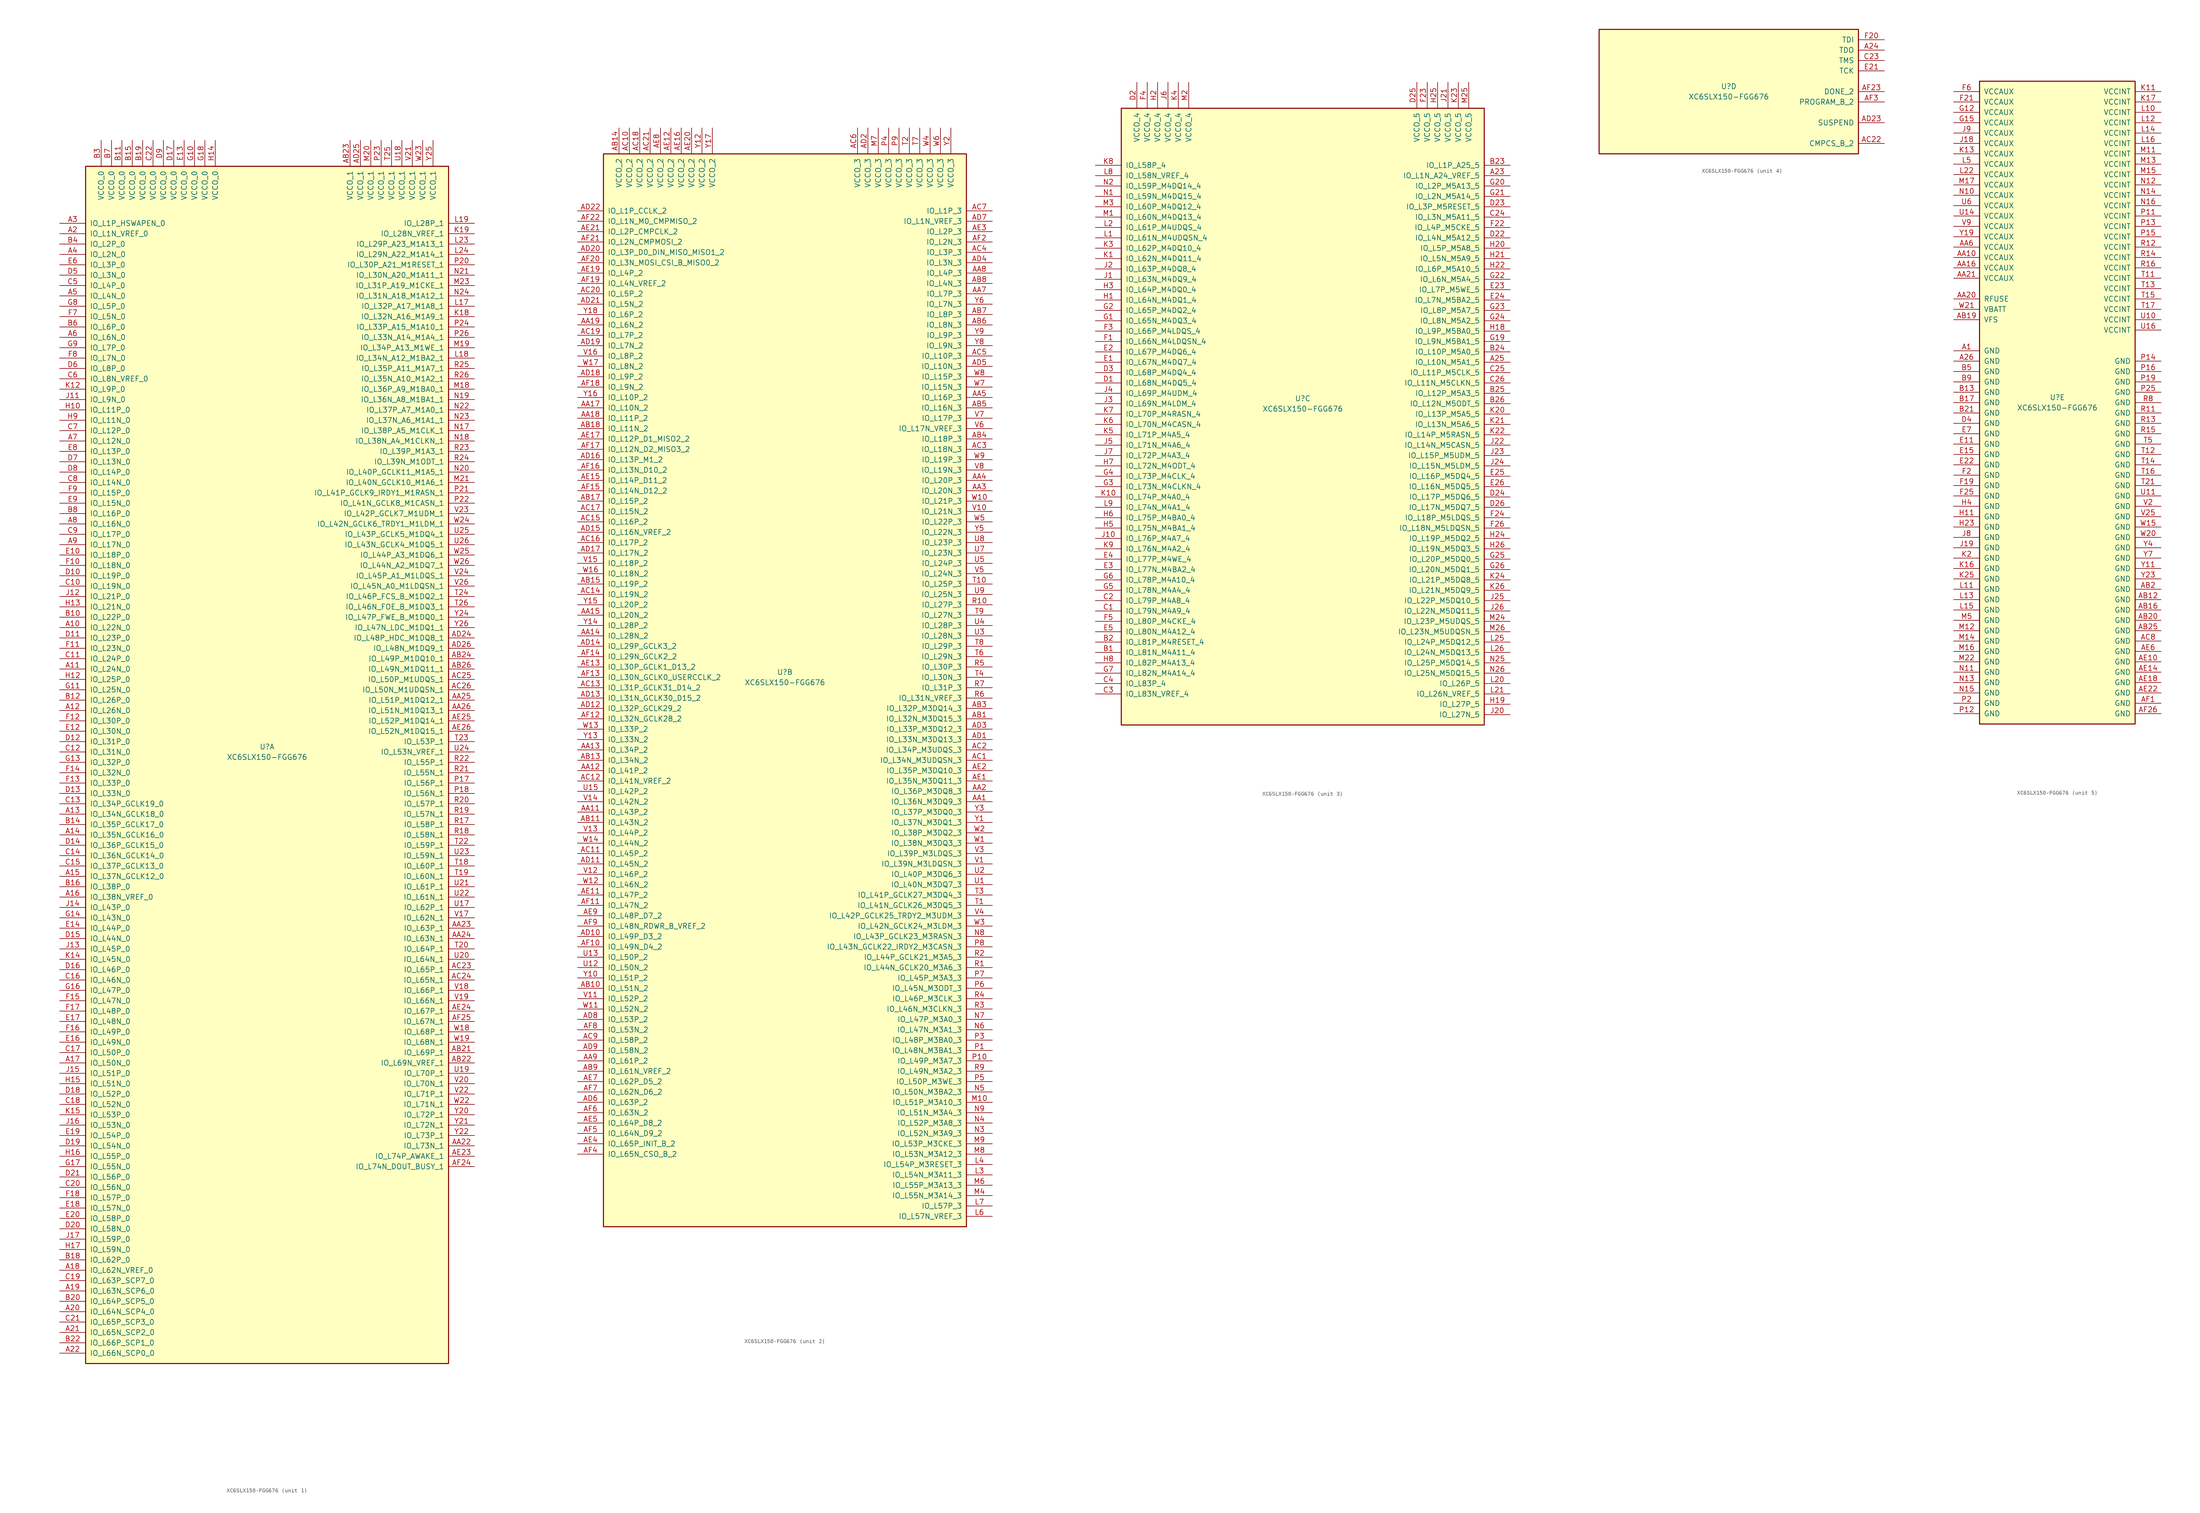
<source format=kicad_sym>
(kicad_symbol_lib
  (version 20220914)
  (generator kicad_symbol_editor)
  (symbol "XC6SLX150-FGG676"
    (pin_names
      (offset 1.016))
    (property "Reference" "U"
      (at 0 1.27 0)
      (effects (font (size 1.27 1.27))))
    (property "Value" "XC6SLX150-FGG676"
      (at 0 -1.27 0)
      (effects (font (size 1.27 1.27))))
    (property "Datasheet" ""
      (at 0 0 0)
      (effects (font (size 1.27 1.27))))
    (property "ki_locked" ""
      (at 0 0 0)
      (effects (font (size 1.27 1.27))))
    (symbol "XC6SLX150-FGG676_1_1"
      (rectangle (start -44.45 143.51) (end 44.45 -149.86) (stroke (width 0.254) (type default)) (fill (type background)))
      (pin bidirectional line (at -50.8 30.48 0) (length 6.35) (name "IO_L22N_0" (effects (font (size 1.27 1.27)))) (number "A10" (effects (font (size 1.27 1.27)))))
      (pin bidirectional line (at -50.8 20.32 0) (length 6.35) (name "IO_L24N_0" (effects (font (size 1.27 1.27)))) (number "A11" (effects (font (size 1.27 1.27)))))
      (pin bidirectional line (at -50.8 10.16 0) (length 6.35) (name "IO_L26N_0" (effects (font (size 1.27 1.27)))) (number "A12" (effects (font (size 1.27 1.27)))))
      (pin bidirectional line (at -50.8 -15.24 0) (length 6.35) (name "IO_L34N_GCLK18_0" (effects (font (size 1.27 1.27)))) (number "A13" (effects (font (size 1.27 1.27)))))
      (pin bidirectional line (at -50.8 -20.32 0) (length 6.35) (name "IO_L35N_GCLK16_0" (effects (font (size 1.27 1.27)))) (number "A14" (effects (font (size 1.27 1.27)))))
      (pin bidirectional line (at -50.8 -30.48 0) (length 6.35) (name "IO_L37N_GCLK12_0" (effects (font (size 1.27 1.27)))) (number "A15" (effects (font (size 1.27 1.27)))))
      (pin bidirectional line (at -50.8 -35.56 0) (length 6.35) (name "IO_L38N_VREF_0" (effects (font (size 1.27 1.27)))) (number "A16" (effects (font (size 1.27 1.27)))))
      (pin bidirectional line (at -50.8 -76.2 0) (length 6.35) (name "IO_L50N_0" (effects (font (size 1.27 1.27)))) (number "A17" (effects (font (size 1.27 1.27)))))
      (pin bidirectional line (at -50.8 -127 0) (length 6.35) (name "IO_L62N_VREF_0" (effects (font (size 1.27 1.27)))) (number "A18" (effects (font (size 1.27 1.27)))))
      (pin bidirectional line (at -50.8 -132.08 0) (length 6.35) (name "IO_L63N_SCP6_0" (effects (font (size 1.27 1.27)))) (number "A19" (effects (font (size 1.27 1.27)))))
      (pin bidirectional line (at -50.8 127 0) (length 6.35) (name "IO_L1N_VREF_0" (effects (font (size 1.27 1.27)))) (number "A2" (effects (font (size 1.27 1.27)))))
      (pin bidirectional line (at -50.8 -137.16 0) (length 6.35) (name "IO_L64N_SCP4_0" (effects (font (size 1.27 1.27)))) (number "A20" (effects (font (size 1.27 1.27)))))
      (pin bidirectional line (at -50.8 -142.24 0) (length 6.35) (name "IO_L65N_SCP2_0" (effects (font (size 1.27 1.27)))) (number "A21" (effects (font (size 1.27 1.27)))))
      (pin bidirectional line (at -50.8 -147.32 0) (length 6.35) (name "IO_L66N_SCP0_0" (effects (font (size 1.27 1.27)))) (number "A22" (effects (font (size 1.27 1.27)))))
      (pin bidirectional line (at -50.8 129.54 0) (length 6.35) (name "IO_L1P_HSWAPEN_0" (effects (font (size 1.27 1.27)))) (number "A3" (effects (font (size 1.27 1.27)))))
      (pin bidirectional line (at -50.8 121.92 0) (length 6.35) (name "IO_L2N_0" (effects (font (size 1.27 1.27)))) (number "A4" (effects (font (size 1.27 1.27)))))
      (pin bidirectional line (at -50.8 111.76 0) (length 6.35) (name "IO_L4N_0" (effects (font (size 1.27 1.27)))) (number "A5" (effects (font (size 1.27 1.27)))))
      (pin bidirectional line (at -50.8 101.6 0) (length 6.35) (name "IO_L6N_0" (effects (font (size 1.27 1.27)))) (number "A6" (effects (font (size 1.27 1.27)))))
      (pin bidirectional line (at -50.8 76.2 0) (length 6.35) (name "IO_L12N_0" (effects (font (size 1.27 1.27)))) (number "A7" (effects (font (size 1.27 1.27)))))
      (pin bidirectional line (at -50.8 55.88 0) (length 6.35) (name "IO_L16N_0" (effects (font (size 1.27 1.27)))) (number "A8" (effects (font (size 1.27 1.27)))))
      (pin bidirectional line (at -50.8 50.8 0) (length 6.35) (name "IO_L17N_0" (effects (font (size 1.27 1.27)))) (number "A9" (effects (font (size 1.27 1.27)))))
      (pin bidirectional line (at 50.8 -96.52 180) (length 6.35) (name "IO_L73N_1" (effects (font (size 1.27 1.27)))) (number "AA22" (effects (font (size 1.27 1.27)))))
      (pin bidirectional line (at 50.8 -43.18 180) (length 6.35) (name "IO_L63P_1" (effects (font (size 1.27 1.27)))) (number "AA23" (effects (font (size 1.27 1.27)))))
      (pin bidirectional line (at 50.8 -45.72 180) (length 6.35) (name "IO_L63N_1" (effects (font (size 1.27 1.27)))) (number "AA24" (effects (font (size 1.27 1.27)))))
      (pin bidirectional line (at 50.8 12.7 180) (length 6.35) (name "IO_L51P_M1DQ12_1" (effects (font (size 1.27 1.27)))) (number "AA25" (effects (font (size 1.27 1.27)))))
      (pin bidirectional line (at 50.8 10.16 180) (length 6.35) (name "IO_L51N_M1DQ13_1" (effects (font (size 1.27 1.27)))) (number "AA26" (effects (font (size 1.27 1.27)))))
      (pin bidirectional line (at 50.8 -73.66 180) (length 6.35) (name "IO_L69P_1" (effects (font (size 1.27 1.27)))) (number "AB21" (effects (font (size 1.27 1.27)))))
      (pin bidirectional line (at 50.8 -76.2 180) (length 6.35) (name "IO_L69N_VREF_1" (effects (font (size 1.27 1.27)))) (number "AB22" (effects (font (size 1.27 1.27)))))
      (pin power_in line (at 20.32 149.86 270) (length 6.35) (name "VCCO_1" (effects (font (size 1.27 1.27)))) (number "AB23" (effects (font (size 1.27 1.27)))))
      (pin bidirectional line (at 50.8 22.86 180) (length 6.35) (name "IO_L49P_M1DQ10_1" (effects (font (size 1.27 1.27)))) (number "AB24" (effects (font (size 1.27 1.27)))))
      (pin bidirectional line (at 50.8 20.32 180) (length 6.35) (name "IO_L49N_M1DQ11_1" (effects (font (size 1.27 1.27)))) (number "AB26" (effects (font (size 1.27 1.27)))))
      (pin bidirectional line (at 50.8 -53.34 180) (length 6.35) (name "IO_L65P_1" (effects (font (size 1.27 1.27)))) (number "AC23" (effects (font (size 1.27 1.27)))))
      (pin bidirectional line (at 50.8 -55.88 180) (length 6.35) (name "IO_L65N_1" (effects (font (size 1.27 1.27)))) (number "AC24" (effects (font (size 1.27 1.27)))))
      (pin bidirectional line (at 50.8 17.78 180) (length 6.35) (name "IO_L50P_M1UDQS_1" (effects (font (size 1.27 1.27)))) (number "AC25" (effects (font (size 1.27 1.27)))))
      (pin bidirectional line (at 50.8 15.24 180) (length 6.35) (name "IO_L50N_M1UDQSN_1" (effects (font (size 1.27 1.27)))) (number "AC26" (effects (font (size 1.27 1.27)))))
      (pin bidirectional line (at 50.8 27.94 180) (length 6.35) (name "IO_L48P_HDC_M1DQ8_1" (effects (font (size 1.27 1.27)))) (number "AD24" (effects (font (size 1.27 1.27)))))
      (pin power_in line (at 22.86 149.86 270) (length 6.35) (name "VCCO_1" (effects (font (size 1.27 1.27)))) (number "AD25" (effects (font (size 1.27 1.27)))))
      (pin bidirectional line (at 50.8 25.4 180) (length 6.35) (name "IO_L48N_M1DQ9_1" (effects (font (size 1.27 1.27)))) (number "AD26" (effects (font (size 1.27 1.27)))))
      (pin bidirectional line (at 50.8 -99.06 180) (length 6.35) (name "IO_L74P_AWAKE_1" (effects (font (size 1.27 1.27)))) (number "AE23" (effects (font (size 1.27 1.27)))))
      (pin bidirectional line (at 50.8 -63.5 180) (length 6.35) (name "IO_L67P_1" (effects (font (size 1.27 1.27)))) (number "AE24" (effects (font (size 1.27 1.27)))))
      (pin bidirectional line (at 50.8 7.62 180) (length 6.35) (name "IO_L52P_M1DQ14_1" (effects (font (size 1.27 1.27)))) (number "AE25" (effects (font (size 1.27 1.27)))))
      (pin bidirectional line (at 50.8 5.08 180) (length 6.35) (name "IO_L52N_M1DQ15_1" (effects (font (size 1.27 1.27)))) (number "AE26" (effects (font (size 1.27 1.27)))))
      (pin bidirectional line (at 50.8 -101.6 180) (length 6.35) (name "IO_L74N_DOUT_BUSY_1" (effects (font (size 1.27 1.27)))) (number "AF24" (effects (font (size 1.27 1.27)))))
      (pin bidirectional line (at 50.8 -66.04 180) (length 6.35) (name "IO_L67N_1" (effects (font (size 1.27 1.27)))) (number "AF25" (effects (font (size 1.27 1.27)))))
      (pin bidirectional line (at -50.8 33.02 0) (length 6.35) (name "IO_L22P_0" (effects (font (size 1.27 1.27)))) (number "B10" (effects (font (size 1.27 1.27)))))
      (pin power_in line (at -35.56 149.86 270) (length 6.35) (name "VCCO_0" (effects (font (size 1.27 1.27)))) (number "B11" (effects (font (size 1.27 1.27)))))
      (pin bidirectional line (at -50.8 12.7 0) (length 6.35) (name "IO_L26P_0" (effects (font (size 1.27 1.27)))) (number "B12" (effects (font (size 1.27 1.27)))))
      (pin bidirectional line (at -50.8 -17.78 0) (length 6.35) (name "IO_L35P_GCLK17_0" (effects (font (size 1.27 1.27)))) (number "B14" (effects (font (size 1.27 1.27)))))
      (pin power_in line (at -33.02 149.86 270) (length 6.35) (name "VCCO_0" (effects (font (size 1.27 1.27)))) (number "B15" (effects (font (size 1.27 1.27)))))
      (pin bidirectional line (at -50.8 -33.02 0) (length 6.35) (name "IO_L38P_0" (effects (font (size 1.27 1.27)))) (number "B16" (effects (font (size 1.27 1.27)))))
      (pin bidirectional line (at -50.8 -124.46 0) (length 6.35) (name "IO_L62P_0" (effects (font (size 1.27 1.27)))) (number "B18" (effects (font (size 1.27 1.27)))))
      (pin power_in line (at -30.48 149.86 270) (length 6.35) (name "VCCO_0" (effects (font (size 1.27 1.27)))) (number "B19" (effects (font (size 1.27 1.27)))))
      (pin bidirectional line (at -50.8 -134.62 0) (length 6.35) (name "IO_L64P_SCP5_0" (effects (font (size 1.27 1.27)))) (number "B20" (effects (font (size 1.27 1.27)))))
      (pin bidirectional line (at -50.8 -144.78 0) (length 6.35) (name "IO_L66P_SCP1_0" (effects (font (size 1.27 1.27)))) (number "B22" (effects (font (size 1.27 1.27)))))
      (pin power_in line (at -40.64 149.86 270) (length 6.35) (name "VCCO_0" (effects (font (size 1.27 1.27)))) (number "B3" (effects (font (size 1.27 1.27)))))
      (pin bidirectional line (at -50.8 124.46 0) (length 6.35) (name "IO_L2P_0" (effects (font (size 1.27 1.27)))) (number "B4" (effects (font (size 1.27 1.27)))))
      (pin bidirectional line (at -50.8 104.14 0) (length 6.35) (name "IO_L6P_0" (effects (font (size 1.27 1.27)))) (number "B6" (effects (font (size 1.27 1.27)))))
      (pin power_in line (at -38.1 149.86 270) (length 6.35) (name "VCCO_0" (effects (font (size 1.27 1.27)))) (number "B7" (effects (font (size 1.27 1.27)))))
      (pin bidirectional line (at -50.8 58.42 0) (length 6.35) (name "IO_L16P_0" (effects (font (size 1.27 1.27)))) (number "B8" (effects (font (size 1.27 1.27)))))
      (pin bidirectional line (at -50.8 40.64 0) (length 6.35) (name "IO_L19N_0" (effects (font (size 1.27 1.27)))) (number "C10" (effects (font (size 1.27 1.27)))))
      (pin bidirectional line (at -50.8 22.86 0) (length 6.35) (name "IO_L24P_0" (effects (font (size 1.27 1.27)))) (number "C11" (effects (font (size 1.27 1.27)))))
      (pin bidirectional line (at -50.8 0 0) (length 6.35) (name "IO_L31N_0" (effects (font (size 1.27 1.27)))) (number "C12" (effects (font (size 1.27 1.27)))))
      (pin bidirectional line (at -50.8 -12.7 0) (length 6.35) (name "IO_L34P_GCLK19_0" (effects (font (size 1.27 1.27)))) (number "C13" (effects (font (size 1.27 1.27)))))
      (pin bidirectional line (at -50.8 -25.4 0) (length 6.35) (name "IO_L36N_GCLK14_0" (effects (font (size 1.27 1.27)))) (number "C14" (effects (font (size 1.27 1.27)))))
      (pin bidirectional line (at -50.8 -27.94 0) (length 6.35) (name "IO_L37P_GCLK13_0" (effects (font (size 1.27 1.27)))) (number "C15" (effects (font (size 1.27 1.27)))))
      (pin bidirectional line (at -50.8 -55.88 0) (length 6.35) (name "IO_L46N_0" (effects (font (size 1.27 1.27)))) (number "C16" (effects (font (size 1.27 1.27)))))
      (pin bidirectional line (at -50.8 -73.66 0) (length 6.35) (name "IO_L50P_0" (effects (font (size 1.27 1.27)))) (number "C17" (effects (font (size 1.27 1.27)))))
      (pin bidirectional line (at -50.8 -86.36 0) (length 6.35) (name "IO_L52N_0" (effects (font (size 1.27 1.27)))) (number "C18" (effects (font (size 1.27 1.27)))))
      (pin bidirectional line (at -50.8 -129.54 0) (length 6.35) (name "IO_L63P_SCP7_0" (effects (font (size 1.27 1.27)))) (number "C19" (effects (font (size 1.27 1.27)))))
      (pin bidirectional line (at -50.8 -106.68 0) (length 6.35) (name "IO_L56N_0" (effects (font (size 1.27 1.27)))) (number "C20" (effects (font (size 1.27 1.27)))))
      (pin bidirectional line (at -50.8 -139.7 0) (length 6.35) (name "IO_L65P_SCP3_0" (effects (font (size 1.27 1.27)))) (number "C21" (effects (font (size 1.27 1.27)))))
      (pin power_in line (at -27.94 149.86 270) (length 6.35) (name "VCCO_0" (effects (font (size 1.27 1.27)))) (number "C22" (effects (font (size 1.27 1.27)))))
      (pin bidirectional line (at -50.8 114.3 0) (length 6.35) (name "IO_L4P_0" (effects (font (size 1.27 1.27)))) (number "C5" (effects (font (size 1.27 1.27)))))
      (pin bidirectional line (at -50.8 91.44 0) (length 6.35) (name "IO_L8N_VREF_0" (effects (font (size 1.27 1.27)))) (number "C6" (effects (font (size 1.27 1.27)))))
      (pin bidirectional line (at -50.8 78.74 0) (length 6.35) (name "IO_L12P_0" (effects (font (size 1.27 1.27)))) (number "C7" (effects (font (size 1.27 1.27)))))
      (pin bidirectional line (at -50.8 66.04 0) (length 6.35) (name "IO_L14N_0" (effects (font (size 1.27 1.27)))) (number "C8" (effects (font (size 1.27 1.27)))))
      (pin bidirectional line (at -50.8 53.34 0) (length 6.35) (name "IO_L17P_0" (effects (font (size 1.27 1.27)))) (number "C9" (effects (font (size 1.27 1.27)))))
      (pin bidirectional line (at -50.8 43.18 0) (length 6.35) (name "IO_L19P_0" (effects (font (size 1.27 1.27)))) (number "D10" (effects (font (size 1.27 1.27)))))
      (pin bidirectional line (at -50.8 27.94 0) (length 6.35) (name "IO_L23P_0" (effects (font (size 1.27 1.27)))) (number "D11" (effects (font (size 1.27 1.27)))))
      (pin bidirectional line (at -50.8 2.54 0) (length 6.35) (name "IO_L31P_0" (effects (font (size 1.27 1.27)))) (number "D12" (effects (font (size 1.27 1.27)))))
      (pin bidirectional line (at -50.8 -10.16 0) (length 6.35) (name "IO_L33N_0" (effects (font (size 1.27 1.27)))) (number "D13" (effects (font (size 1.27 1.27)))))
      (pin bidirectional line (at -50.8 -22.86 0) (length 6.35) (name "IO_L36P_GCLK15_0" (effects (font (size 1.27 1.27)))) (number "D14" (effects (font (size 1.27 1.27)))))
      (pin bidirectional line (at -50.8 -45.72 0) (length 6.35) (name "IO_L44N_0" (effects (font (size 1.27 1.27)))) (number "D15" (effects (font (size 1.27 1.27)))))
      (pin bidirectional line (at -50.8 -53.34 0) (length 6.35) (name "IO_L46P_0" (effects (font (size 1.27 1.27)))) (number "D16" (effects (font (size 1.27 1.27)))))
      (pin power_in line (at -22.86 149.86 270) (length 6.35) (name "VCCO_0" (effects (font (size 1.27 1.27)))) (number "D17" (effects (font (size 1.27 1.27)))))
      (pin bidirectional line (at -50.8 -83.82 0) (length 6.35) (name "IO_L52P_0" (effects (font (size 1.27 1.27)))) (number "D18" (effects (font (size 1.27 1.27)))))
      (pin bidirectional line (at -50.8 -96.52 0) (length 6.35) (name "IO_L54N_0" (effects (font (size 1.27 1.27)))) (number "D19" (effects (font (size 1.27 1.27)))))
      (pin bidirectional line (at -50.8 -116.84 0) (length 6.35) (name "IO_L58N_0" (effects (font (size 1.27 1.27)))) (number "D20" (effects (font (size 1.27 1.27)))))
      (pin bidirectional line (at -50.8 -104.14 0) (length 6.35) (name "IO_L56P_0" (effects (font (size 1.27 1.27)))) (number "D21" (effects (font (size 1.27 1.27)))))
      (pin bidirectional line (at -50.8 116.84 0) (length 6.35) (name "IO_L3N_0" (effects (font (size 1.27 1.27)))) (number "D5" (effects (font (size 1.27 1.27)))))
      (pin bidirectional line (at -50.8 93.98 0) (length 6.35) (name "IO_L8P_0" (effects (font (size 1.27 1.27)))) (number "D6" (effects (font (size 1.27 1.27)))))
      (pin bidirectional line (at -50.8 71.12 0) (length 6.35) (name "IO_L13N_0" (effects (font (size 1.27 1.27)))) (number "D7" (effects (font (size 1.27 1.27)))))
      (pin bidirectional line (at -50.8 68.58 0) (length 6.35) (name "IO_L14P_0" (effects (font (size 1.27 1.27)))) (number "D8" (effects (font (size 1.27 1.27)))))
      (pin power_in line (at -25.4 149.86 270) (length 6.35) (name "VCCO_0" (effects (font (size 1.27 1.27)))) (number "D9" (effects (font (size 1.27 1.27)))))
      (pin bidirectional line (at -50.8 48.26 0) (length 6.35) (name "IO_L18P_0" (effects (font (size 1.27 1.27)))) (number "E10" (effects (font (size 1.27 1.27)))))
      (pin bidirectional line (at -50.8 5.08 0) (length 6.35) (name "IO_L30N_0" (effects (font (size 1.27 1.27)))) (number "E12" (effects (font (size 1.27 1.27)))))
      (pin power_in line (at -20.32 149.86 270) (length 6.35) (name "VCCO_0" (effects (font (size 1.27 1.27)))) (number "E13" (effects (font (size 1.27 1.27)))))
      (pin bidirectional line (at -50.8 -43.18 0) (length 6.35) (name "IO_L44P_0" (effects (font (size 1.27 1.27)))) (number "E14" (effects (font (size 1.27 1.27)))))
      (pin bidirectional line (at -50.8 -71.12 0) (length 6.35) (name "IO_L49N_0" (effects (font (size 1.27 1.27)))) (number "E16" (effects (font (size 1.27 1.27)))))
      (pin bidirectional line (at -50.8 -66.04 0) (length 6.35) (name "IO_L48N_0" (effects (font (size 1.27 1.27)))) (number "E17" (effects (font (size 1.27 1.27)))))
      (pin bidirectional line (at -50.8 -111.76 0) (length 6.35) (name "IO_L57N_0" (effects (font (size 1.27 1.27)))) (number "E18" (effects (font (size 1.27 1.27)))))
      (pin bidirectional line (at -50.8 -93.98 0) (length 6.35) (name "IO_L54P_0" (effects (font (size 1.27 1.27)))) (number "E19" (effects (font (size 1.27 1.27)))))
      (pin bidirectional line (at -50.8 -114.3 0) (length 6.35) (name "IO_L58P_0" (effects (font (size 1.27 1.27)))) (number "E20" (effects (font (size 1.27 1.27)))))
      (pin bidirectional line (at -50.8 119.38 0) (length 6.35) (name "IO_L3P_0" (effects (font (size 1.27 1.27)))) (number "E6" (effects (font (size 1.27 1.27)))))
      (pin bidirectional line (at -50.8 73.66 0) (length 6.35) (name "IO_L13P_0" (effects (font (size 1.27 1.27)))) (number "E8" (effects (font (size 1.27 1.27)))))
      (pin bidirectional line (at -50.8 60.96 0) (length 6.35) (name "IO_L15N_0" (effects (font (size 1.27 1.27)))) (number "E9" (effects (font (size 1.27 1.27)))))
      (pin bidirectional line (at -50.8 45.72 0) (length 6.35) (name "IO_L18N_0" (effects (font (size 1.27 1.27)))) (number "F10" (effects (font (size 1.27 1.27)))))
      (pin bidirectional line (at -50.8 25.4 0) (length 6.35) (name "IO_L23N_0" (effects (font (size 1.27 1.27)))) (number "F11" (effects (font (size 1.27 1.27)))))
      (pin bidirectional line (at -50.8 7.62 0) (length 6.35) (name "IO_L30P_0" (effects (font (size 1.27 1.27)))) (number "F12" (effects (font (size 1.27 1.27)))))
      (pin bidirectional line (at -50.8 -7.62 0) (length 6.35) (name "IO_L33P_0" (effects (font (size 1.27 1.27)))) (number "F13" (effects (font (size 1.27 1.27)))))
      (pin bidirectional line (at -50.8 -5.08 0) (length 6.35) (name "IO_L32N_0" (effects (font (size 1.27 1.27)))) (number "F14" (effects (font (size 1.27 1.27)))))
      (pin bidirectional line (at -50.8 -60.96 0) (length 6.35) (name "IO_L47N_0" (effects (font (size 1.27 1.27)))) (number "F15" (effects (font (size 1.27 1.27)))))
      (pin bidirectional line (at -50.8 -68.58 0) (length 6.35) (name "IO_L49P_0" (effects (font (size 1.27 1.27)))) (number "F16" (effects (font (size 1.27 1.27)))))
      (pin bidirectional line (at -50.8 -63.5 0) (length 6.35) (name "IO_L48P_0" (effects (font (size 1.27 1.27)))) (number "F17" (effects (font (size 1.27 1.27)))))
      (pin bidirectional line (at -50.8 -109.22 0) (length 6.35) (name "IO_L57P_0" (effects (font (size 1.27 1.27)))) (number "F18" (effects (font (size 1.27 1.27)))))
      (pin bidirectional line (at -50.8 106.68 0) (length 6.35) (name "IO_L5N_0" (effects (font (size 1.27 1.27)))) (number "F7" (effects (font (size 1.27 1.27)))))
      (pin bidirectional line (at -50.8 96.52 0) (length 6.35) (name "IO_L7N_0" (effects (font (size 1.27 1.27)))) (number "F8" (effects (font (size 1.27 1.27)))))
      (pin bidirectional line (at -50.8 63.5 0) (length 6.35) (name "IO_L15P_0" (effects (font (size 1.27 1.27)))) (number "F9" (effects (font (size 1.27 1.27)))))
      (pin power_in line (at -17.78 149.86 270) (length 6.35) (name "VCCO_0" (effects (font (size 1.27 1.27)))) (number "G10" (effects (font (size 1.27 1.27)))))
      (pin bidirectional line (at -50.8 15.24 0) (length 6.35) (name "IO_L25N_0" (effects (font (size 1.27 1.27)))) (number "G11" (effects (font (size 1.27 1.27)))))
      (pin bidirectional line (at -50.8 -2.54 0) (length 6.35) (name "IO_L32P_0" (effects (font (size 1.27 1.27)))) (number "G13" (effects (font (size 1.27 1.27)))))
      (pin bidirectional line (at -50.8 -40.64 0) (length 6.35) (name "IO_L43N_0" (effects (font (size 1.27 1.27)))) (number "G14" (effects (font (size 1.27 1.27)))))
      (pin bidirectional line (at -50.8 -58.42 0) (length 6.35) (name "IO_L47P_0" (effects (font (size 1.27 1.27)))) (number "G16" (effects (font (size 1.27 1.27)))))
      (pin bidirectional line (at -50.8 -101.6 0) (length 6.35) (name "IO_L55N_0" (effects (font (size 1.27 1.27)))) (number "G17" (effects (font (size 1.27 1.27)))))
      (pin power_in line (at -15.24 149.86 270) (length 6.35) (name "VCCO_0" (effects (font (size 1.27 1.27)))) (number "G18" (effects (font (size 1.27 1.27)))))
      (pin bidirectional line (at -50.8 109.22 0) (length 6.35) (name "IO_L5P_0" (effects (font (size 1.27 1.27)))) (number "G8" (effects (font (size 1.27 1.27)))))
      (pin bidirectional line (at -50.8 99.06 0) (length 6.35) (name "IO_L7P_0" (effects (font (size 1.27 1.27)))) (number "G9" (effects (font (size 1.27 1.27)))))
      (pin bidirectional line (at -50.8 83.82 0) (length 6.35) (name "IO_L11P_0" (effects (font (size 1.27 1.27)))) (number "H10" (effects (font (size 1.27 1.27)))))
      (pin bidirectional line (at -50.8 17.78 0) (length 6.35) (name "IO_L25P_0" (effects (font (size 1.27 1.27)))) (number "H12" (effects (font (size 1.27 1.27)))))
      (pin bidirectional line (at -50.8 35.56 0) (length 6.35) (name "IO_L21N_0" (effects (font (size 1.27 1.27)))) (number "H13" (effects (font (size 1.27 1.27)))))
      (pin power_in line (at -12.7 149.86 270) (length 6.35) (name "VCCO_0" (effects (font (size 1.27 1.27)))) (number "H14" (effects (font (size 1.27 1.27)))))
      (pin bidirectional line (at -50.8 -81.28 0) (length 6.35) (name "IO_L51N_0" (effects (font (size 1.27 1.27)))) (number "H15" (effects (font (size 1.27 1.27)))))
      (pin bidirectional line (at -50.8 -99.06 0) (length 6.35) (name "IO_L55P_0" (effects (font (size 1.27 1.27)))) (number "H16" (effects (font (size 1.27 1.27)))))
      (pin bidirectional line (at -50.8 -121.92 0) (length 6.35) (name "IO_L59N_0" (effects (font (size 1.27 1.27)))) (number "H17" (effects (font (size 1.27 1.27)))))
      (pin bidirectional line (at -50.8 81.28 0) (length 6.35) (name "IO_L11N_0" (effects (font (size 1.27 1.27)))) (number "H9" (effects (font (size 1.27 1.27)))))
      (pin bidirectional line (at -50.8 86.36 0) (length 6.35) (name "IO_L9N_0" (effects (font (size 1.27 1.27)))) (number "J11" (effects (font (size 1.27 1.27)))))
      (pin bidirectional line (at -50.8 38.1 0) (length 6.35) (name "IO_L21P_0" (effects (font (size 1.27 1.27)))) (number "J12" (effects (font (size 1.27 1.27)))))
      (pin bidirectional line (at -50.8 -48.26 0) (length 6.35) (name "IO_L45P_0" (effects (font (size 1.27 1.27)))) (number "J13" (effects (font (size 1.27 1.27)))))
      (pin bidirectional line (at -50.8 -38.1 0) (length 6.35) (name "IO_L43P_0" (effects (font (size 1.27 1.27)))) (number "J14" (effects (font (size 1.27 1.27)))))
      (pin bidirectional line (at -50.8 -78.74 0) (length 6.35) (name "IO_L51P_0" (effects (font (size 1.27 1.27)))) (number "J15" (effects (font (size 1.27 1.27)))))
      (pin bidirectional line (at -50.8 -91.44 0) (length 6.35) (name "IO_L53N_0" (effects (font (size 1.27 1.27)))) (number "J16" (effects (font (size 1.27 1.27)))))
      (pin bidirectional line (at -50.8 -119.38 0) (length 6.35) (name "IO_L59P_0" (effects (font (size 1.27 1.27)))) (number "J17" (effects (font (size 1.27 1.27)))))
      (pin bidirectional line (at -50.8 88.9 0) (length 6.35) (name "IO_L9P_0" (effects (font (size 1.27 1.27)))) (number "K12" (effects (font (size 1.27 1.27)))))
      (pin bidirectional line (at -50.8 -50.8 0) (length 6.35) (name "IO_L45N_0" (effects (font (size 1.27 1.27)))) (number "K14" (effects (font (size 1.27 1.27)))))
      (pin bidirectional line (at -50.8 -88.9 0) (length 6.35) (name "IO_L53P_0" (effects (font (size 1.27 1.27)))) (number "K15" (effects (font (size 1.27 1.27)))))
      (pin bidirectional line (at 50.8 106.68 180) (length 6.35) (name "IO_L32N_A16_M1A9_1" (effects (font (size 1.27 1.27)))) (number "K18" (effects (font (size 1.27 1.27)))))
      (pin bidirectional line (at 50.8 127 180) (length 6.35) (name "IO_L28N_VREF_1" (effects (font (size 1.27 1.27)))) (number "K19" (effects (font (size 1.27 1.27)))))
      (pin bidirectional line (at 50.8 109.22 180) (length 6.35) (name "IO_L32P_A17_M1A8_1" (effects (font (size 1.27 1.27)))) (number "L17" (effects (font (size 1.27 1.27)))))
      (pin bidirectional line (at 50.8 96.52 180) (length 6.35) (name "IO_L34N_A12_M1BA2_1" (effects (font (size 1.27 1.27)))) (number "L18" (effects (font (size 1.27 1.27)))))
      (pin bidirectional line (at 50.8 129.54 180) (length 6.35) (name "IO_L28P_1" (effects (font (size 1.27 1.27)))) (number "L19" (effects (font (size 1.27 1.27)))))
      (pin bidirectional line (at 50.8 124.46 180) (length 6.35) (name "IO_L29P_A23_M1A13_1" (effects (font (size 1.27 1.27)))) (number "L23" (effects (font (size 1.27 1.27)))))
      (pin bidirectional line (at 50.8 121.92 180) (length 6.35) (name "IO_L29N_A22_M1A14_1" (effects (font (size 1.27 1.27)))) (number "L24" (effects (font (size 1.27 1.27)))))
      (pin bidirectional line (at 50.8 88.9 180) (length 6.35) (name "IO_L36P_A9_M1BA0_1" (effects (font (size 1.27 1.27)))) (number "M18" (effects (font (size 1.27 1.27)))))
      (pin bidirectional line (at 50.8 99.06 180) (length 6.35) (name "IO_L34P_A13_M1WE_1" (effects (font (size 1.27 1.27)))) (number "M19" (effects (font (size 1.27 1.27)))))
      (pin power_in line (at 25.4 149.86 270) (length 6.35) (name "VCCO_1" (effects (font (size 1.27 1.27)))) (number "M20" (effects (font (size 1.27 1.27)))))
      (pin bidirectional line (at 50.8 66.04 180) (length 6.35) (name "IO_L40N_GCLK10_M1A6_1" (effects (font (size 1.27 1.27)))) (number "M21" (effects (font (size 1.27 1.27)))))
      (pin bidirectional line (at 50.8 114.3 180) (length 6.35) (name "IO_L31P_A19_M1CKE_1" (effects (font (size 1.27 1.27)))) (number "M23" (effects (font (size 1.27 1.27)))))
      (pin bidirectional line (at 50.8 78.74 180) (length 6.35) (name "IO_L38P_A5_M1CLK_1" (effects (font (size 1.27 1.27)))) (number "N17" (effects (font (size 1.27 1.27)))))
      (pin bidirectional line (at 50.8 76.2 180) (length 6.35) (name "IO_L38N_A4_M1CLKN_1" (effects (font (size 1.27 1.27)))) (number "N18" (effects (font (size 1.27 1.27)))))
      (pin bidirectional line (at 50.8 86.36 180) (length 6.35) (name "IO_L36N_A8_M1BA1_1" (effects (font (size 1.27 1.27)))) (number "N19" (effects (font (size 1.27 1.27)))))
      (pin bidirectional line (at 50.8 68.58 180) (length 6.35) (name "IO_L40P_GCLK11_M1A5_1" (effects (font (size 1.27 1.27)))) (number "N20" (effects (font (size 1.27 1.27)))))
      (pin bidirectional line (at 50.8 116.84 180) (length 6.35) (name "IO_L30N_A20_M1A11_1" (effects (font (size 1.27 1.27)))) (number "N21" (effects (font (size 1.27 1.27)))))
      (pin bidirectional line (at 50.8 83.82 180) (length 6.35) (name "IO_L37P_A7_M1A0_1" (effects (font (size 1.27 1.27)))) (number "N22" (effects (font (size 1.27 1.27)))))
      (pin bidirectional line (at 50.8 81.28 180) (length 6.35) (name "IO_L37N_A6_M1A1_1" (effects (font (size 1.27 1.27)))) (number "N23" (effects (font (size 1.27 1.27)))))
      (pin bidirectional line (at 50.8 111.76 180) (length 6.35) (name "IO_L31N_A18_M1A12_1" (effects (font (size 1.27 1.27)))) (number "N24" (effects (font (size 1.27 1.27)))))
      (pin bidirectional line (at 50.8 -7.62 180) (length 6.35) (name "IO_L56P_1" (effects (font (size 1.27 1.27)))) (number "P17" (effects (font (size 1.27 1.27)))))
      (pin bidirectional line (at 50.8 -10.16 180) (length 6.35) (name "IO_L56N_1" (effects (font (size 1.27 1.27)))) (number "P18" (effects (font (size 1.27 1.27)))))
      (pin bidirectional line (at 50.8 119.38 180) (length 6.35) (name "IO_L30P_A21_M1RESET_1" (effects (font (size 1.27 1.27)))) (number "P20" (effects (font (size 1.27 1.27)))))
      (pin bidirectional line (at 50.8 63.5 180) (length 6.35) (name "IO_L41P_GCLK9_IRDY1_M1RASN_1" (effects (font (size 1.27 1.27)))) (number "P21" (effects (font (size 1.27 1.27)))))
      (pin bidirectional line (at 50.8 60.96 180) (length 6.35) (name "IO_L41N_GCLK8_M1CASN_1" (effects (font (size 1.27 1.27)))) (number "P22" (effects (font (size 1.27 1.27)))))
      (pin power_in line (at 27.94 149.86 270) (length 6.35) (name "VCCO_1" (effects (font (size 1.27 1.27)))) (number "P23" (effects (font (size 1.27 1.27)))))
      (pin bidirectional line (at 50.8 104.14 180) (length 6.35) (name "IO_L33P_A15_M1A10_1" (effects (font (size 1.27 1.27)))) (number "P24" (effects (font (size 1.27 1.27)))))
      (pin bidirectional line (at 50.8 101.6 180) (length 6.35) (name "IO_L33N_A14_M1A4_1" (effects (font (size 1.27 1.27)))) (number "P26" (effects (font (size 1.27 1.27)))))
      (pin bidirectional line (at 50.8 -17.78 180) (length 6.35) (name "IO_L58P_1" (effects (font (size 1.27 1.27)))) (number "R17" (effects (font (size 1.27 1.27)))))
      (pin bidirectional line (at 50.8 -20.32 180) (length 6.35) (name "IO_L58N_1" (effects (font (size 1.27 1.27)))) (number "R18" (effects (font (size 1.27 1.27)))))
      (pin bidirectional line (at 50.8 -15.24 180) (length 6.35) (name "IO_L57N_1" (effects (font (size 1.27 1.27)))) (number "R19" (effects (font (size 1.27 1.27)))))
      (pin bidirectional line (at 50.8 -12.7 180) (length 6.35) (name "IO_L57P_1" (effects (font (size 1.27 1.27)))) (number "R20" (effects (font (size 1.27 1.27)))))
      (pin bidirectional line (at 50.8 -5.08 180) (length 6.35) (name "IO_L55N_1" (effects (font (size 1.27 1.27)))) (number "R21" (effects (font (size 1.27 1.27)))))
      (pin bidirectional line (at 50.8 -2.54 180) (length 6.35) (name "IO_L55P_1" (effects (font (size 1.27 1.27)))) (number "R22" (effects (font (size 1.27 1.27)))))
      (pin bidirectional line (at 50.8 73.66 180) (length 6.35) (name "IO_L39P_M1A3_1" (effects (font (size 1.27 1.27)))) (number "R23" (effects (font (size 1.27 1.27)))))
      (pin bidirectional line (at 50.8 71.12 180) (length 6.35) (name "IO_L39N_M1ODT_1" (effects (font (size 1.27 1.27)))) (number "R24" (effects (font (size 1.27 1.27)))))
      (pin bidirectional line (at 50.8 93.98 180) (length 6.35) (name "IO_L35P_A11_M1A7_1" (effects (font (size 1.27 1.27)))) (number "R25" (effects (font (size 1.27 1.27)))))
      (pin bidirectional line (at 50.8 91.44 180) (length 6.35) (name "IO_L35N_A10_M1A2_1" (effects (font (size 1.27 1.27)))) (number "R26" (effects (font (size 1.27 1.27)))))
      (pin bidirectional line (at 50.8 -27.94 180) (length 6.35) (name "IO_L60P_1" (effects (font (size 1.27 1.27)))) (number "T18" (effects (font (size 1.27 1.27)))))
      (pin bidirectional line (at 50.8 -30.48 180) (length 6.35) (name "IO_L60N_1" (effects (font (size 1.27 1.27)))) (number "T19" (effects (font (size 1.27 1.27)))))
      (pin bidirectional line (at 50.8 -48.26 180) (length 6.35) (name "IO_L64P_1" (effects (font (size 1.27 1.27)))) (number "T20" (effects (font (size 1.27 1.27)))))
      (pin bidirectional line (at 50.8 -22.86 180) (length 6.35) (name "IO_L59P_1" (effects (font (size 1.27 1.27)))) (number "T22" (effects (font (size 1.27 1.27)))))
      (pin bidirectional line (at 50.8 2.54 180) (length 6.35) (name "IO_L53P_1" (effects (font (size 1.27 1.27)))) (number "T23" (effects (font (size 1.27 1.27)))))
      (pin bidirectional line (at 50.8 38.1 180) (length 6.35) (name "IO_L46P_FCS_B_M1DQ2_1" (effects (font (size 1.27 1.27)))) (number "T24" (effects (font (size 1.27 1.27)))))
      (pin power_in line (at 30.48 149.86 270) (length 6.35) (name "VCCO_1" (effects (font (size 1.27 1.27)))) (number "T25" (effects (font (size 1.27 1.27)))))
      (pin bidirectional line (at 50.8 35.56 180) (length 6.35) (name "IO_L46N_FOE_B_M1DQ3_1" (effects (font (size 1.27 1.27)))) (number "T26" (effects (font (size 1.27 1.27)))))
      (pin bidirectional line (at 50.8 -38.1 180) (length 6.35) (name "IO_L62P_1" (effects (font (size 1.27 1.27)))) (number "U17" (effects (font (size 1.27 1.27)))))
      (pin power_in line (at 33.02 149.86 270) (length 6.35) (name "VCCO_1" (effects (font (size 1.27 1.27)))) (number "U18" (effects (font (size 1.27 1.27)))))
      (pin bidirectional line (at 50.8 -78.74 180) (length 6.35) (name "IO_L70P_1" (effects (font (size 1.27 1.27)))) (number "U19" (effects (font (size 1.27 1.27)))))
      (pin bidirectional line (at 50.8 -50.8 180) (length 6.35) (name "IO_L64N_1" (effects (font (size 1.27 1.27)))) (number "U20" (effects (font (size 1.27 1.27)))))
      (pin bidirectional line (at 50.8 -33.02 180) (length 6.35) (name "IO_L61P_1" (effects (font (size 1.27 1.27)))) (number "U21" (effects (font (size 1.27 1.27)))))
      (pin bidirectional line (at 50.8 -35.56 180) (length 6.35) (name "IO_L61N_1" (effects (font (size 1.27 1.27)))) (number "U22" (effects (font (size 1.27 1.27)))))
      (pin bidirectional line (at 50.8 -25.4 180) (length 6.35) (name "IO_L59N_1" (effects (font (size 1.27 1.27)))) (number "U23" (effects (font (size 1.27 1.27)))))
      (pin bidirectional line (at 50.8 0 180) (length 6.35) (name "IO_L53N_VREF_1" (effects (font (size 1.27 1.27)))) (number "U24" (effects (font (size 1.27 1.27)))))
      (pin bidirectional line (at 50.8 53.34 180) (length 6.35) (name "IO_L43P_GCLK5_M1DQ4_1" (effects (font (size 1.27 1.27)))) (number "U25" (effects (font (size 1.27 1.27)))))
      (pin bidirectional line (at 50.8 50.8 180) (length 6.35) (name "IO_L43N_GCLK4_M1DQ5_1" (effects (font (size 1.27 1.27)))) (number "U26" (effects (font (size 1.27 1.27)))))
      (pin bidirectional line (at 50.8 -40.64 180) (length 6.35) (name "IO_L62N_1" (effects (font (size 1.27 1.27)))) (number "V17" (effects (font (size 1.27 1.27)))))
      (pin bidirectional line (at 50.8 -58.42 180) (length 6.35) (name "IO_L66P_1" (effects (font (size 1.27 1.27)))) (number "V18" (effects (font (size 1.27 1.27)))))
      (pin bidirectional line (at 50.8 -60.96 180) (length 6.35) (name "IO_L66N_1" (effects (font (size 1.27 1.27)))) (number "V19" (effects (font (size 1.27 1.27)))))
      (pin bidirectional line (at 50.8 -81.28 180) (length 6.35) (name "IO_L70N_1" (effects (font (size 1.27 1.27)))) (number "V20" (effects (font (size 1.27 1.27)))))
      (pin power_in line (at 35.56 149.86 270) (length 6.35) (name "VCCO_1" (effects (font (size 1.27 1.27)))) (number "V21" (effects (font (size 1.27 1.27)))))
      (pin bidirectional line (at 50.8 -83.82 180) (length 6.35) (name "IO_L71P_1" (effects (font (size 1.27 1.27)))) (number "V22" (effects (font (size 1.27 1.27)))))
      (pin bidirectional line (at 50.8 58.42 180) (length 6.35) (name "IO_L42P_GCLK7_M1UDM_1" (effects (font (size 1.27 1.27)))) (number "V23" (effects (font (size 1.27 1.27)))))
      (pin bidirectional line (at 50.8 43.18 180) (length 6.35) (name "IO_L45P_A1_M1LDQS_1" (effects (font (size 1.27 1.27)))) (number "V24" (effects (font (size 1.27 1.27)))))
      (pin bidirectional line (at 50.8 40.64 180) (length 6.35) (name "IO_L45N_A0_M1LDQSN_1" (effects (font (size 1.27 1.27)))) (number "V26" (effects (font (size 1.27 1.27)))))
      (pin bidirectional line (at 50.8 -68.58 180) (length 6.35) (name "IO_L68P_1" (effects (font (size 1.27 1.27)))) (number "W18" (effects (font (size 1.27 1.27)))))
      (pin bidirectional line (at 50.8 -71.12 180) (length 6.35) (name "IO_L68N_1" (effects (font (size 1.27 1.27)))) (number "W19" (effects (font (size 1.27 1.27)))))
      (pin bidirectional line (at 50.8 -86.36 180) (length 6.35) (name "IO_L71N_1" (effects (font (size 1.27 1.27)))) (number "W22" (effects (font (size 1.27 1.27)))))
      (pin power_in line (at 38.1 149.86 270) (length 6.35) (name "VCCO_1" (effects (font (size 1.27 1.27)))) (number "W23" (effects (font (size 1.27 1.27)))))
      (pin bidirectional line (at 50.8 55.88 180) (length 6.35) (name "IO_L42N_GCLK6_TRDY1_M1LDM_1" (effects (font (size 1.27 1.27)))) (number "W24" (effects (font (size 1.27 1.27)))))
      (pin bidirectional line (at 50.8 48.26 180) (length 6.35) (name "IO_L44P_A3_M1DQ6_1" (effects (font (size 1.27 1.27)))) (number "W25" (effects (font (size 1.27 1.27)))))
      (pin bidirectional line (at 50.8 45.72 180) (length 6.35) (name "IO_L44N_A2_M1DQ7_1" (effects (font (size 1.27 1.27)))) (number "W26" (effects (font (size 1.27 1.27)))))
      (pin bidirectional line (at 50.8 -88.9 180) (length 6.35) (name "IO_L72P_1" (effects (font (size 1.27 1.27)))) (number "Y20" (effects (font (size 1.27 1.27)))))
      (pin bidirectional line (at 50.8 -91.44 180) (length 6.35) (name "IO_L72N_1" (effects (font (size 1.27 1.27)))) (number "Y21" (effects (font (size 1.27 1.27)))))
      (pin bidirectional line (at 50.8 -93.98 180) (length 6.35) (name "IO_L73P_1" (effects (font (size 1.27 1.27)))) (number "Y22" (effects (font (size 1.27 1.27)))))
      (pin bidirectional line (at 50.8 33.02 180) (length 6.35) (name "IO_L47P_FWE_B_M1DQ0_1" (effects (font (size 1.27 1.27)))) (number "Y24" (effects (font (size 1.27 1.27)))))
      (pin power_in line (at 40.64 149.86 270) (length 6.35) (name "VCCO_1" (effects (font (size 1.27 1.27)))) (number "Y25" (effects (font (size 1.27 1.27)))))
      (pin bidirectional line (at 50.8 30.48 180) (length 6.35) (name "IO_L47N_LDC_M1DQ1_1" (effects (font (size 1.27 1.27)))) (number "Y26" (effects (font (size 1.27 1.27))))))
    (symbol "XC6SLX150-FGG676_2_1"
      (rectangle (start -44.45 128.27) (end 44.45 -134.62) (stroke (width 0.254) (type default)) (fill (type background)))
      (pin bidirectional line (at 50.8 -30.48 180) (length 6.35) (name "IO_L36N_M3DQ9_3" (effects (font (size 1.27 1.27)))) (number "AA1" (effects (font (size 1.27 1.27)))))
      (pin bidirectional line (at -50.8 -33.02 0) (length 6.35) (name "IO_L43P_2" (effects (font (size 1.27 1.27)))) (number "AA11" (effects (font (size 1.27 1.27)))))
      (pin bidirectional line (at -50.8 -22.86 0) (length 6.35) (name "IO_L41P_2" (effects (font (size 1.27 1.27)))) (number "AA12" (effects (font (size 1.27 1.27)))))
      (pin bidirectional line (at -50.8 -17.78 0) (length 6.35) (name "IO_L34P_2" (effects (font (size 1.27 1.27)))) (number "AA13" (effects (font (size 1.27 1.27)))))
      (pin bidirectional line (at -50.8 10.16 0) (length 6.35) (name "IO_L28N_2" (effects (font (size 1.27 1.27)))) (number "AA14" (effects (font (size 1.27 1.27)))))
      (pin bidirectional line (at -50.8 15.24 0) (length 6.35) (name "IO_L20N_2" (effects (font (size 1.27 1.27)))) (number "AA15" (effects (font (size 1.27 1.27)))))
      (pin bidirectional line (at -50.8 66.04 0) (length 6.35) (name "IO_L10N_2" (effects (font (size 1.27 1.27)))) (number "AA17" (effects (font (size 1.27 1.27)))))
      (pin bidirectional line (at -50.8 63.5 0) (length 6.35) (name "IO_L11P_2" (effects (font (size 1.27 1.27)))) (number "AA18" (effects (font (size 1.27 1.27)))))
      (pin bidirectional line (at -50.8 86.36 0) (length 6.35) (name "IO_L6N_2" (effects (font (size 1.27 1.27)))) (number "AA19" (effects (font (size 1.27 1.27)))))
      (pin bidirectional line (at 50.8 -27.94 180) (length 6.35) (name "IO_L36P_M3DQ8_3" (effects (font (size 1.27 1.27)))) (number "AA2" (effects (font (size 1.27 1.27)))))
      (pin bidirectional line (at 50.8 45.72 180) (length 6.35) (name "IO_L20N_3" (effects (font (size 1.27 1.27)))) (number "AA3" (effects (font (size 1.27 1.27)))))
      (pin bidirectional line (at 50.8 48.26 180) (length 6.35) (name "IO_L20P_3" (effects (font (size 1.27 1.27)))) (number "AA4" (effects (font (size 1.27 1.27)))))
      (pin bidirectional line (at 50.8 68.58 180) (length 6.35) (name "IO_L16P_3" (effects (font (size 1.27 1.27)))) (number "AA5" (effects (font (size 1.27 1.27)))))
      (pin bidirectional line (at 50.8 93.98 180) (length 6.35) (name "IO_L7P_3" (effects (font (size 1.27 1.27)))) (number "AA7" (effects (font (size 1.27 1.27)))))
      (pin bidirectional line (at 50.8 99.06 180) (length 6.35) (name "IO_L4P_3" (effects (font (size 1.27 1.27)))) (number "AA8" (effects (font (size 1.27 1.27)))))
      (pin bidirectional line (at -50.8 -93.98 0) (length 6.35) (name "IO_L61P_2" (effects (font (size 1.27 1.27)))) (number "AA9" (effects (font (size 1.27 1.27)))))
      (pin bidirectional line (at 50.8 -10.16 180) (length 6.35) (name "IO_L32N_M3DQ15_3" (effects (font (size 1.27 1.27)))) (number "AB1" (effects (font (size 1.27 1.27)))))
      (pin bidirectional line (at -50.8 -76.2 0) (length 6.35) (name "IO_L51N_2" (effects (font (size 1.27 1.27)))) (number "AB10" (effects (font (size 1.27 1.27)))))
      (pin bidirectional line (at -50.8 -35.56 0) (length 6.35) (name "IO_L43N_2" (effects (font (size 1.27 1.27)))) (number "AB11" (effects (font (size 1.27 1.27)))))
      (pin bidirectional line (at -50.8 -20.32 0) (length 6.35) (name "IO_L34N_2" (effects (font (size 1.27 1.27)))) (number "AB13" (effects (font (size 1.27 1.27)))))
      (pin power_in line (at -40.64 134.62 270) (length 6.35) (name "VCCO_2" (effects (font (size 1.27 1.27)))) (number "AB14" (effects (font (size 1.27 1.27)))))
      (pin bidirectional line (at -50.8 22.86 0) (length 6.35) (name "IO_L19P_2" (effects (font (size 1.27 1.27)))) (number "AB15" (effects (font (size 1.27 1.27)))))
      (pin bidirectional line (at -50.8 43.18 0) (length 6.35) (name "IO_L15P_2" (effects (font (size 1.27 1.27)))) (number "AB17" (effects (font (size 1.27 1.27)))))
      (pin bidirectional line (at -50.8 60.96 0) (length 6.35) (name "IO_L11N_2" (effects (font (size 1.27 1.27)))) (number "AB18" (effects (font (size 1.27 1.27)))))
      (pin bidirectional line (at 50.8 -7.62 180) (length 6.35) (name "IO_L32P_M3DQ14_3" (effects (font (size 1.27 1.27)))) (number "AB3" (effects (font (size 1.27 1.27)))))
      (pin bidirectional line (at 50.8 58.42 180) (length 6.35) (name "IO_L18P_3" (effects (font (size 1.27 1.27)))) (number "AB4" (effects (font (size 1.27 1.27)))))
      (pin bidirectional line (at 50.8 66.04 180) (length 6.35) (name "IO_L16N_3" (effects (font (size 1.27 1.27)))) (number "AB5" (effects (font (size 1.27 1.27)))))
      (pin bidirectional line (at 50.8 86.36 180) (length 6.35) (name "IO_L8N_3" (effects (font (size 1.27 1.27)))) (number "AB6" (effects (font (size 1.27 1.27)))))
      (pin bidirectional line (at 50.8 88.9 180) (length 6.35) (name "IO_L8P_3" (effects (font (size 1.27 1.27)))) (number "AB7" (effects (font (size 1.27 1.27)))))
      (pin bidirectional line (at 50.8 96.52 180) (length 6.35) (name "IO_L4N_3" (effects (font (size 1.27 1.27)))) (number "AB8" (effects (font (size 1.27 1.27)))))
      (pin bidirectional line (at -50.8 -96.52 0) (length 6.35) (name "IO_L61N_VREF_2" (effects (font (size 1.27 1.27)))) (number "AB9" (effects (font (size 1.27 1.27)))))
      (pin bidirectional line (at 50.8 -20.32 180) (length 6.35) (name "IO_L34N_M3UDQSN_3" (effects (font (size 1.27 1.27)))) (number "AC1" (effects (font (size 1.27 1.27)))))
      (pin power_in line (at -38.1 134.62 270) (length 6.35) (name "VCCO_2" (effects (font (size 1.27 1.27)))) (number "AC10" (effects (font (size 1.27 1.27)))))
      (pin bidirectional line (at -50.8 -43.18 0) (length 6.35) (name "IO_L45P_2" (effects (font (size 1.27 1.27)))) (number "AC11" (effects (font (size 1.27 1.27)))))
      (pin bidirectional line (at -50.8 -25.4 0) (length 6.35) (name "IO_L41N_VREF_2" (effects (font (size 1.27 1.27)))) (number "AC12" (effects (font (size 1.27 1.27)))))
      (pin bidirectional line (at -50.8 -2.54 0) (length 6.35) (name "IO_L31P_GCLK31_D14_2" (effects (font (size 1.27 1.27)))) (number "AC13" (effects (font (size 1.27 1.27)))))
      (pin bidirectional line (at -50.8 20.32 0) (length 6.35) (name "IO_L19N_2" (effects (font (size 1.27 1.27)))) (number "AC14" (effects (font (size 1.27 1.27)))))
      (pin bidirectional line (at -50.8 38.1 0) (length 6.35) (name "IO_L16P_2" (effects (font (size 1.27 1.27)))) (number "AC15" (effects (font (size 1.27 1.27)))))
      (pin bidirectional line (at -50.8 33.02 0) (length 6.35) (name "IO_L17P_2" (effects (font (size 1.27 1.27)))) (number "AC16" (effects (font (size 1.27 1.27)))))
      (pin bidirectional line (at -50.8 40.64 0) (length 6.35) (name "IO_L15N_2" (effects (font (size 1.27 1.27)))) (number "AC17" (effects (font (size 1.27 1.27)))))
      (pin power_in line (at -35.56 134.62 270) (length 6.35) (name "VCCO_2" (effects (font (size 1.27 1.27)))) (number "AC18" (effects (font (size 1.27 1.27)))))
      (pin bidirectional line (at -50.8 83.82 0) (length 6.35) (name "IO_L7P_2" (effects (font (size 1.27 1.27)))) (number "AC19" (effects (font (size 1.27 1.27)))))
      (pin bidirectional line (at 50.8 -17.78 180) (length 6.35) (name "IO_L34P_M3UDQS_3" (effects (font (size 1.27 1.27)))) (number "AC2" (effects (font (size 1.27 1.27)))))
      (pin bidirectional line (at -50.8 93.98 0) (length 6.35) (name "IO_L5P_2" (effects (font (size 1.27 1.27)))) (number "AC20" (effects (font (size 1.27 1.27)))))
      (pin power_in line (at -33.02 134.62 270) (length 6.35) (name "VCCO_2" (effects (font (size 1.27 1.27)))) (number "AC21" (effects (font (size 1.27 1.27)))))
      (pin bidirectional line (at 50.8 55.88 180) (length 6.35) (name "IO_L18N_3" (effects (font (size 1.27 1.27)))) (number "AC3" (effects (font (size 1.27 1.27)))))
      (pin bidirectional line (at 50.8 104.14 180) (length 6.35) (name "IO_L3P_3" (effects (font (size 1.27 1.27)))) (number "AC4" (effects (font (size 1.27 1.27)))))
      (pin bidirectional line (at 50.8 78.74 180) (length 6.35) (name "IO_L10P_3" (effects (font (size 1.27 1.27)))) (number "AC5" (effects (font (size 1.27 1.27)))))
      (pin power_in line (at 17.78 134.62 270) (length 6.35) (name "VCCO_3" (effects (font (size 1.27 1.27)))) (number "AC6" (effects (font (size 1.27 1.27)))))
      (pin bidirectional line (at 50.8 114.3 180) (length 6.35) (name "IO_L1P_3" (effects (font (size 1.27 1.27)))) (number "AC7" (effects (font (size 1.27 1.27)))))
      (pin bidirectional line (at -50.8 -88.9 0) (length 6.35) (name "IO_L58P_2" (effects (font (size 1.27 1.27)))) (number "AC9" (effects (font (size 1.27 1.27)))))
      (pin bidirectional line (at 50.8 -15.24 180) (length 6.35) (name "IO_L33N_M3DQ13_3" (effects (font (size 1.27 1.27)))) (number "AD1" (effects (font (size 1.27 1.27)))))
      (pin bidirectional line (at -50.8 -63.5 0) (length 6.35) (name "IO_L49P_D3_2" (effects (font (size 1.27 1.27)))) (number "AD10" (effects (font (size 1.27 1.27)))))
      (pin bidirectional line (at -50.8 -45.72 0) (length 6.35) (name "IO_L45N_2" (effects (font (size 1.27 1.27)))) (number "AD11" (effects (font (size 1.27 1.27)))))
      (pin bidirectional line (at -50.8 -7.62 0) (length 6.35) (name "IO_L32P_GCLK29_2" (effects (font (size 1.27 1.27)))) (number "AD12" (effects (font (size 1.27 1.27)))))
      (pin bidirectional line (at -50.8 -5.08 0) (length 6.35) (name "IO_L31N_GCLK30_D15_2" (effects (font (size 1.27 1.27)))) (number "AD13" (effects (font (size 1.27 1.27)))))
      (pin bidirectional line (at -50.8 7.62 0) (length 6.35) (name "IO_L29P_GCLK3_2" (effects (font (size 1.27 1.27)))) (number "AD14" (effects (font (size 1.27 1.27)))))
      (pin bidirectional line (at -50.8 35.56 0) (length 6.35) (name "IO_L16N_VREF_2" (effects (font (size 1.27 1.27)))) (number "AD15" (effects (font (size 1.27 1.27)))))
      (pin bidirectional line (at -50.8 53.34 0) (length 6.35) (name "IO_L13P_M1_2" (effects (font (size 1.27 1.27)))) (number "AD16" (effects (font (size 1.27 1.27)))))
      (pin bidirectional line (at -50.8 30.48 0) (length 6.35) (name "IO_L17N_2" (effects (font (size 1.27 1.27)))) (number "AD17" (effects (font (size 1.27 1.27)))))
      (pin bidirectional line (at -50.8 73.66 0) (length 6.35) (name "IO_L9P_2" (effects (font (size 1.27 1.27)))) (number "AD18" (effects (font (size 1.27 1.27)))))
      (pin bidirectional line (at -50.8 81.28 0) (length 6.35) (name "IO_L7N_2" (effects (font (size 1.27 1.27)))) (number "AD19" (effects (font (size 1.27 1.27)))))
      (pin power_in line (at 20.32 134.62 270) (length 6.35) (name "VCCO_3" (effects (font (size 1.27 1.27)))) (number "AD2" (effects (font (size 1.27 1.27)))))
      (pin bidirectional line (at -50.8 104.14 0) (length 6.35) (name "IO_L3P_D0_DIN_MISO_MISO1_2" (effects (font (size 1.27 1.27)))) (number "AD20" (effects (font (size 1.27 1.27)))))
      (pin bidirectional line (at -50.8 91.44 0) (length 6.35) (name "IO_L5N_2" (effects (font (size 1.27 1.27)))) (number "AD21" (effects (font (size 1.27 1.27)))))
      (pin bidirectional line (at -50.8 114.3 0) (length 6.35) (name "IO_L1P_CCLK_2" (effects (font (size 1.27 1.27)))) (number "AD22" (effects (font (size 1.27 1.27)))))
      (pin bidirectional line (at 50.8 -12.7 180) (length 6.35) (name "IO_L33P_M3DQ12_3" (effects (font (size 1.27 1.27)))) (number "AD3" (effects (font (size 1.27 1.27)))))
      (pin bidirectional line (at 50.8 101.6 180) (length 6.35) (name "IO_L3N_3" (effects (font (size 1.27 1.27)))) (number "AD4" (effects (font (size 1.27 1.27)))))
      (pin bidirectional line (at 50.8 76.2 180) (length 6.35) (name "IO_L10N_3" (effects (font (size 1.27 1.27)))) (number "AD5" (effects (font (size 1.27 1.27)))))
      (pin bidirectional line (at -50.8 -104.14 0) (length 6.35) (name "IO_L63P_2" (effects (font (size 1.27 1.27)))) (number "AD6" (effects (font (size 1.27 1.27)))))
      (pin bidirectional line (at 50.8 111.76 180) (length 6.35) (name "IO_L1N_VREF_3" (effects (font (size 1.27 1.27)))) (number "AD7" (effects (font (size 1.27 1.27)))))
      (pin bidirectional line (at -50.8 -83.82 0) (length 6.35) (name "IO_L53P_2" (effects (font (size 1.27 1.27)))) (number "AD8" (effects (font (size 1.27 1.27)))))
      (pin bidirectional line (at -50.8 -91.44 0) (length 6.35) (name "IO_L58N_2" (effects (font (size 1.27 1.27)))) (number "AD9" (effects (font (size 1.27 1.27)))))
      (pin bidirectional line (at 50.8 -25.4 180) (length 6.35) (name "IO_L35N_M3DQ11_3" (effects (font (size 1.27 1.27)))) (number "AE1" (effects (font (size 1.27 1.27)))))
      (pin bidirectional line (at -50.8 -53.34 0) (length 6.35) (name "IO_L47P_2" (effects (font (size 1.27 1.27)))) (number "AE11" (effects (font (size 1.27 1.27)))))
      (pin power_in line (at -27.94 134.62 270) (length 6.35) (name "VCCO_2" (effects (font (size 1.27 1.27)))) (number "AE12" (effects (font (size 1.27 1.27)))))
      (pin bidirectional line (at -50.8 2.54 0) (length 6.35) (name "IO_L30P_GCLK1_D13_2" (effects (font (size 1.27 1.27)))) (number "AE13" (effects (font (size 1.27 1.27)))))
      (pin bidirectional line (at -50.8 48.26 0) (length 6.35) (name "IO_L14P_D11_2" (effects (font (size 1.27 1.27)))) (number "AE15" (effects (font (size 1.27 1.27)))))
      (pin power_in line (at -25.4 134.62 270) (length 6.35) (name "VCCO_2" (effects (font (size 1.27 1.27)))) (number "AE16" (effects (font (size 1.27 1.27)))))
      (pin bidirectional line (at -50.8 58.42 0) (length 6.35) (name "IO_L12P_D1_MISO2_2" (effects (font (size 1.27 1.27)))) (number "AE17" (effects (font (size 1.27 1.27)))))
      (pin bidirectional line (at -50.8 99.06 0) (length 6.35) (name "IO_L4P_2" (effects (font (size 1.27 1.27)))) (number "AE19" (effects (font (size 1.27 1.27)))))
      (pin bidirectional line (at 50.8 -22.86 180) (length 6.35) (name "IO_L35P_M3DQ10_3" (effects (font (size 1.27 1.27)))) (number "AE2" (effects (font (size 1.27 1.27)))))
      (pin power_in line (at -22.86 134.62 270) (length 6.35) (name "VCCO_2" (effects (font (size 1.27 1.27)))) (number "AE20" (effects (font (size 1.27 1.27)))))
      (pin bidirectional line (at -50.8 109.22 0) (length 6.35) (name "IO_L2P_CMPCLK_2" (effects (font (size 1.27 1.27)))) (number "AE21" (effects (font (size 1.27 1.27)))))
      (pin bidirectional line (at 50.8 109.22 180) (length 6.35) (name "IO_L2P_3" (effects (font (size 1.27 1.27)))) (number "AE3" (effects (font (size 1.27 1.27)))))
      (pin bidirectional line (at -50.8 -114.3 0) (length 6.35) (name "IO_L65P_INIT_B_2" (effects (font (size 1.27 1.27)))) (number "AE4" (effects (font (size 1.27 1.27)))))
      (pin bidirectional line (at -50.8 -109.22 0) (length 6.35) (name "IO_L64P_D8_2" (effects (font (size 1.27 1.27)))) (number "AE5" (effects (font (size 1.27 1.27)))))
      (pin bidirectional line (at -50.8 -99.06 0) (length 6.35) (name "IO_L62P_D5_2" (effects (font (size 1.27 1.27)))) (number "AE7" (effects (font (size 1.27 1.27)))))
      (pin power_in line (at -30.48 134.62 270) (length 6.35) (name "VCCO_2" (effects (font (size 1.27 1.27)))) (number "AE8" (effects (font (size 1.27 1.27)))))
      (pin bidirectional line (at -50.8 -58.42 0) (length 6.35) (name "IO_L48P_D7_2" (effects (font (size 1.27 1.27)))) (number "AE9" (effects (font (size 1.27 1.27)))))
      (pin bidirectional line (at -50.8 -66.04 0) (length 6.35) (name "IO_L49N_D4_2" (effects (font (size 1.27 1.27)))) (number "AF10" (effects (font (size 1.27 1.27)))))
      (pin bidirectional line (at -50.8 -55.88 0) (length 6.35) (name "IO_L47N_2" (effects (font (size 1.27 1.27)))) (number "AF11" (effects (font (size 1.27 1.27)))))
      (pin bidirectional line (at -50.8 -10.16 0) (length 6.35) (name "IO_L32N_GCLK28_2" (effects (font (size 1.27 1.27)))) (number "AF12" (effects (font (size 1.27 1.27)))))
      (pin bidirectional line (at -50.8 0 0) (length 6.35) (name "IO_L30N_GCLK0_USERCCLK_2" (effects (font (size 1.27 1.27)))) (number "AF13" (effects (font (size 1.27 1.27)))))
      (pin bidirectional line (at -50.8 5.08 0) (length 6.35) (name "IO_L29N_GCLK2_2" (effects (font (size 1.27 1.27)))) (number "AF14" (effects (font (size 1.27 1.27)))))
      (pin bidirectional line (at -50.8 45.72 0) (length 6.35) (name "IO_L14N_D12_2" (effects (font (size 1.27 1.27)))) (number "AF15" (effects (font (size 1.27 1.27)))))
      (pin bidirectional line (at -50.8 50.8 0) (length 6.35) (name "IO_L13N_D10_2" (effects (font (size 1.27 1.27)))) (number "AF16" (effects (font (size 1.27 1.27)))))
      (pin bidirectional line (at -50.8 55.88 0) (length 6.35) (name "IO_L12N_D2_MISO3_2" (effects (font (size 1.27 1.27)))) (number "AF17" (effects (font (size 1.27 1.27)))))
      (pin bidirectional line (at -50.8 71.12 0) (length 6.35) (name "IO_L9N_2" (effects (font (size 1.27 1.27)))) (number "AF18" (effects (font (size 1.27 1.27)))))
      (pin bidirectional line (at -50.8 96.52 0) (length 6.35) (name "IO_L4N_VREF_2" (effects (font (size 1.27 1.27)))) (number "AF19" (effects (font (size 1.27 1.27)))))
      (pin bidirectional line (at 50.8 106.68 180) (length 6.35) (name "IO_L2N_3" (effects (font (size 1.27 1.27)))) (number "AF2" (effects (font (size 1.27 1.27)))))
      (pin bidirectional line (at -50.8 101.6 0) (length 6.35) (name "IO_L3N_MOSI_CSI_B_MISO0_2" (effects (font (size 1.27 1.27)))) (number "AF20" (effects (font (size 1.27 1.27)))))
      (pin bidirectional line (at -50.8 106.68 0) (length 6.35) (name "IO_L2N_CMPMOSI_2" (effects (font (size 1.27 1.27)))) (number "AF21" (effects (font (size 1.27 1.27)))))
      (pin bidirectional line (at -50.8 111.76 0) (length 6.35) (name "IO_L1N_M0_CMPMISO_2" (effects (font (size 1.27 1.27)))) (number "AF22" (effects (font (size 1.27 1.27)))))
      (pin bidirectional line (at -50.8 -116.84 0) (length 6.35) (name "IO_L65N_CSO_B_2" (effects (font (size 1.27 1.27)))) (number "AF4" (effects (font (size 1.27 1.27)))))
      (pin bidirectional line (at -50.8 -111.76 0) (length 6.35) (name "IO_L64N_D9_2" (effects (font (size 1.27 1.27)))) (number "AF5" (effects (font (size 1.27 1.27)))))
      (pin bidirectional line (at -50.8 -106.68 0) (length 6.35) (name "IO_L63N_2" (effects (font (size 1.27 1.27)))) (number "AF6" (effects (font (size 1.27 1.27)))))
      (pin bidirectional line (at -50.8 -101.6 0) (length 6.35) (name "IO_L62N_D6_2" (effects (font (size 1.27 1.27)))) (number "AF7" (effects (font (size 1.27 1.27)))))
      (pin bidirectional line (at -50.8 -86.36 0) (length 6.35) (name "IO_L53N_2" (effects (font (size 1.27 1.27)))) (number "AF8" (effects (font (size 1.27 1.27)))))
      (pin bidirectional line (at -50.8 -60.96 0) (length 6.35) (name "IO_L48N_RDWR_B_VREF_2" (effects (font (size 1.27 1.27)))) (number "AF9" (effects (font (size 1.27 1.27)))))
      (pin bidirectional line (at 50.8 -121.92 180) (length 6.35) (name "IO_L54N_M3A11_3" (effects (font (size 1.27 1.27)))) (number "L3" (effects (font (size 1.27 1.27)))))
      (pin bidirectional line (at 50.8 -119.38 180) (length 6.35) (name "IO_L54P_M3RESET_3" (effects (font (size 1.27 1.27)))) (number "L4" (effects (font (size 1.27 1.27)))))
      (pin bidirectional line (at 50.8 -132.08 180) (length 6.35) (name "IO_L57N_VREF_3" (effects (font (size 1.27 1.27)))) (number "L6" (effects (font (size 1.27 1.27)))))
      (pin bidirectional line (at 50.8 -129.54 180) (length 6.35) (name "IO_L57P_3" (effects (font (size 1.27 1.27)))) (number "L7" (effects (font (size 1.27 1.27)))))
      (pin bidirectional line (at 50.8 -104.14 180) (length 6.35) (name "IO_L51P_M3A10_3" (effects (font (size 1.27 1.27)))) (number "M10" (effects (font (size 1.27 1.27)))))
      (pin bidirectional line (at 50.8 -127 180) (length 6.35) (name "IO_L55N_M3A14_3" (effects (font (size 1.27 1.27)))) (number "M4" (effects (font (size 1.27 1.27)))))
      (pin bidirectional line (at 50.8 -124.46 180) (length 6.35) (name "IO_L55P_M3A13_3" (effects (font (size 1.27 1.27)))) (number "M6" (effects (font (size 1.27 1.27)))))
      (pin power_in line (at 22.86 134.62 270) (length 6.35) (name "VCCO_3" (effects (font (size 1.27 1.27)))) (number "M7" (effects (font (size 1.27 1.27)))))
      (pin bidirectional line (at 50.8 -116.84 180) (length 6.35) (name "IO_L53N_M3A12_3" (effects (font (size 1.27 1.27)))) (number "M8" (effects (font (size 1.27 1.27)))))
      (pin bidirectional line (at 50.8 -114.3 180) (length 6.35) (name "IO_L53P_M3CKE_3" (effects (font (size 1.27 1.27)))) (number "M9" (effects (font (size 1.27 1.27)))))
      (pin bidirectional line (at 50.8 -111.76 180) (length 6.35) (name "IO_L52N_M3A9_3" (effects (font (size 1.27 1.27)))) (number "N3" (effects (font (size 1.27 1.27)))))
      (pin bidirectional line (at 50.8 -109.22 180) (length 6.35) (name "IO_L52P_M3A8_3" (effects (font (size 1.27 1.27)))) (number "N4" (effects (font (size 1.27 1.27)))))
      (pin bidirectional line (at 50.8 -101.6 180) (length 6.35) (name "IO_L50N_M3BA2_3" (effects (font (size 1.27 1.27)))) (number "N5" (effects (font (size 1.27 1.27)))))
      (pin bidirectional line (at 50.8 -86.36 180) (length 6.35) (name "IO_L47N_M3A1_3" (effects (font (size 1.27 1.27)))) (number "N6" (effects (font (size 1.27 1.27)))))
      (pin bidirectional line (at 50.8 -83.82 180) (length 6.35) (name "IO_L47P_M3A0_3" (effects (font (size 1.27 1.27)))) (number "N7" (effects (font (size 1.27 1.27)))))
      (pin bidirectional line (at 50.8 -63.5 180) (length 6.35) (name "IO_L43P_GCLK23_M3RASN_3" (effects (font (size 1.27 1.27)))) (number "N8" (effects (font (size 1.27 1.27)))))
      (pin bidirectional line (at 50.8 -106.68 180) (length 6.35) (name "IO_L51N_M3A4_3" (effects (font (size 1.27 1.27)))) (number "N9" (effects (font (size 1.27 1.27)))))
      (pin bidirectional line (at 50.8 -91.44 180) (length 6.35) (name "IO_L48N_M3BA1_3" (effects (font (size 1.27 1.27)))) (number "P1" (effects (font (size 1.27 1.27)))))
      (pin bidirectional line (at 50.8 -93.98 180) (length 6.35) (name "IO_L49P_M3A7_3" (effects (font (size 1.27 1.27)))) (number "P10" (effects (font (size 1.27 1.27)))))
      (pin bidirectional line (at 50.8 -88.9 180) (length 6.35) (name "IO_L48P_M3BA0_3" (effects (font (size 1.27 1.27)))) (number "P3" (effects (font (size 1.27 1.27)))))
      (pin power_in line (at 25.4 134.62 270) (length 6.35) (name "VCCO_3" (effects (font (size 1.27 1.27)))) (number "P4" (effects (font (size 1.27 1.27)))))
      (pin bidirectional line (at 50.8 -99.06 180) (length 6.35) (name "IO_L50P_M3WE_3" (effects (font (size 1.27 1.27)))) (number "P5" (effects (font (size 1.27 1.27)))))
      (pin bidirectional line (at 50.8 -76.2 180) (length 6.35) (name "IO_L45N_M3ODT_3" (effects (font (size 1.27 1.27)))) (number "P6" (effects (font (size 1.27 1.27)))))
      (pin bidirectional line (at 50.8 -73.66 180) (length 6.35) (name "IO_L45P_M3A3_3" (effects (font (size 1.27 1.27)))) (number "P7" (effects (font (size 1.27 1.27)))))
      (pin bidirectional line (at 50.8 -66.04 180) (length 6.35) (name "IO_L43N_GCLK22_IRDY2_M3CASN_3" (effects (font (size 1.27 1.27)))) (number "P8" (effects (font (size 1.27 1.27)))))
      (pin power_in line (at 27.94 134.62 270) (length 6.35) (name "VCCO_3" (effects (font (size 1.27 1.27)))) (number "P9" (effects (font (size 1.27 1.27)))))
      (pin bidirectional line (at 50.8 -71.12 180) (length 6.35) (name "IO_L44N_GCLK20_M3A6_3" (effects (font (size 1.27 1.27)))) (number "R1" (effects (font (size 1.27 1.27)))))
      (pin bidirectional line (at 50.8 17.78 180) (length 6.35) (name "IO_L27P_3" (effects (font (size 1.27 1.27)))) (number "R10" (effects (font (size 1.27 1.27)))))
      (pin bidirectional line (at 50.8 -68.58 180) (length 6.35) (name "IO_L44P_GCLK21_M3A5_3" (effects (font (size 1.27 1.27)))) (number "R2" (effects (font (size 1.27 1.27)))))
      (pin bidirectional line (at 50.8 -81.28 180) (length 6.35) (name "IO_L46N_M3CLKN_3" (effects (font (size 1.27 1.27)))) (number "R3" (effects (font (size 1.27 1.27)))))
      (pin bidirectional line (at 50.8 -78.74 180) (length 6.35) (name "IO_L46P_M3CLK_3" (effects (font (size 1.27 1.27)))) (number "R4" (effects (font (size 1.27 1.27)))))
      (pin bidirectional line (at 50.8 2.54 180) (length 6.35) (name "IO_L30P_3" (effects (font (size 1.27 1.27)))) (number "R5" (effects (font (size 1.27 1.27)))))
      (pin bidirectional line (at 50.8 -5.08 180) (length 6.35) (name "IO_L31N_VREF_3" (effects (font (size 1.27 1.27)))) (number "R6" (effects (font (size 1.27 1.27)))))
      (pin bidirectional line (at 50.8 -2.54 180) (length 6.35) (name "IO_L31P_3" (effects (font (size 1.27 1.27)))) (number "R7" (effects (font (size 1.27 1.27)))))
      (pin bidirectional line (at 50.8 -96.52 180) (length 6.35) (name "IO_L49N_M3A2_3" (effects (font (size 1.27 1.27)))) (number "R9" (effects (font (size 1.27 1.27)))))
      (pin bidirectional line (at 50.8 -55.88 180) (length 6.35) (name "IO_L41N_GCLK26_M3DQ5_3" (effects (font (size 1.27 1.27)))) (number "T1" (effects (font (size 1.27 1.27)))))
      (pin bidirectional line (at 50.8 22.86 180) (length 6.35) (name "IO_L25P_3" (effects (font (size 1.27 1.27)))) (number "T10" (effects (font (size 1.27 1.27)))))
      (pin power_in line (at 30.48 134.62 270) (length 6.35) (name "VCCO_3" (effects (font (size 1.27 1.27)))) (number "T2" (effects (font (size 1.27 1.27)))))
      (pin bidirectional line (at 50.8 -53.34 180) (length 6.35) (name "IO_L41P_GCLK27_M3DQ4_3" (effects (font (size 1.27 1.27)))) (number "T3" (effects (font (size 1.27 1.27)))))
      (pin bidirectional line (at 50.8 0 180) (length 6.35) (name "IO_L30N_3" (effects (font (size 1.27 1.27)))) (number "T4" (effects (font (size 1.27 1.27)))))
      (pin bidirectional line (at 50.8 5.08 180) (length 6.35) (name "IO_L29N_3" (effects (font (size 1.27 1.27)))) (number "T6" (effects (font (size 1.27 1.27)))))
      (pin power_in line (at 33.02 134.62 270) (length 6.35) (name "VCCO_3" (effects (font (size 1.27 1.27)))) (number "T7" (effects (font (size 1.27 1.27)))))
      (pin bidirectional line (at 50.8 7.62 180) (length 6.35) (name "IO_L29P_3" (effects (font (size 1.27 1.27)))) (number "T8" (effects (font (size 1.27 1.27)))))
      (pin bidirectional line (at 50.8 15.24 180) (length 6.35) (name "IO_L27N_3" (effects (font (size 1.27 1.27)))) (number "T9" (effects (font (size 1.27 1.27)))))
      (pin bidirectional line (at 50.8 -50.8 180) (length 6.35) (name "IO_L40N_M3DQ7_3" (effects (font (size 1.27 1.27)))) (number "U1" (effects (font (size 1.27 1.27)))))
      (pin bidirectional line (at -50.8 -71.12 0) (length 6.35) (name "IO_L50N_2" (effects (font (size 1.27 1.27)))) (number "U12" (effects (font (size 1.27 1.27)))))
      (pin bidirectional line (at -50.8 -68.58 0) (length 6.35) (name "IO_L50P_2" (effects (font (size 1.27 1.27)))) (number "U13" (effects (font (size 1.27 1.27)))))
      (pin bidirectional line (at -50.8 -27.94 0) (length 6.35) (name "IO_L42P_2" (effects (font (size 1.27 1.27)))) (number "U15" (effects (font (size 1.27 1.27)))))
      (pin bidirectional line (at 50.8 -48.26 180) (length 6.35) (name "IO_L40P_M3DQ6_3" (effects (font (size 1.27 1.27)))) (number "U2" (effects (font (size 1.27 1.27)))))
      (pin bidirectional line (at 50.8 10.16 180) (length 6.35) (name "IO_L28N_3" (effects (font (size 1.27 1.27)))) (number "U3" (effects (font (size 1.27 1.27)))))
      (pin bidirectional line (at 50.8 12.7 180) (length 6.35) (name "IO_L28P_3" (effects (font (size 1.27 1.27)))) (number "U4" (effects (font (size 1.27 1.27)))))
      (pin bidirectional line (at 50.8 27.94 180) (length 6.35) (name "IO_L24P_3" (effects (font (size 1.27 1.27)))) (number "U5" (effects (font (size 1.27 1.27)))))
      (pin bidirectional line (at 50.8 30.48 180) (length 6.35) (name "IO_L23N_3" (effects (font (size 1.27 1.27)))) (number "U7" (effects (font (size 1.27 1.27)))))
      (pin bidirectional line (at 50.8 33.02 180) (length 6.35) (name "IO_L23P_3" (effects (font (size 1.27 1.27)))) (number "U8" (effects (font (size 1.27 1.27)))))
      (pin bidirectional line (at 50.8 20.32 180) (length 6.35) (name "IO_L25N_3" (effects (font (size 1.27 1.27)))) (number "U9" (effects (font (size 1.27 1.27)))))
      (pin bidirectional line (at 50.8 -45.72 180) (length 6.35) (name "IO_L39N_M3LDQSN_3" (effects (font (size 1.27 1.27)))) (number "V1" (effects (font (size 1.27 1.27)))))
      (pin bidirectional line (at 50.8 40.64 180) (length 6.35) (name "IO_L21N_3" (effects (font (size 1.27 1.27)))) (number "V10" (effects (font (size 1.27 1.27)))))
      (pin bidirectional line (at -50.8 -78.74 0) (length 6.35) (name "IO_L52P_2" (effects (font (size 1.27 1.27)))) (number "V11" (effects (font (size 1.27 1.27)))))
      (pin bidirectional line (at -50.8 -48.26 0) (length 6.35) (name "IO_L46P_2" (effects (font (size 1.27 1.27)))) (number "V12" (effects (font (size 1.27 1.27)))))
      (pin bidirectional line (at -50.8 -38.1 0) (length 6.35) (name "IO_L44P_2" (effects (font (size 1.27 1.27)))) (number "V13" (effects (font (size 1.27 1.27)))))
      (pin bidirectional line (at -50.8 -30.48 0) (length 6.35) (name "IO_L42N_2" (effects (font (size 1.27 1.27)))) (number "V14" (effects (font (size 1.27 1.27)))))
      (pin bidirectional line (at -50.8 27.94 0) (length 6.35) (name "IO_L18P_2" (effects (font (size 1.27 1.27)))) (number "V15" (effects (font (size 1.27 1.27)))))
      (pin bidirectional line (at -50.8 78.74 0) (length 6.35) (name "IO_L8P_2" (effects (font (size 1.27 1.27)))) (number "V16" (effects (font (size 1.27 1.27)))))
      (pin bidirectional line (at 50.8 -43.18 180) (length 6.35) (name "IO_L39P_M3LDQS_3" (effects (font (size 1.27 1.27)))) (number "V3" (effects (font (size 1.27 1.27)))))
      (pin bidirectional line (at 50.8 -58.42 180) (length 6.35) (name "IO_L42P_GCLK25_TRDY2_M3UDM_3" (effects (font (size 1.27 1.27)))) (number "V4" (effects (font (size 1.27 1.27)))))
      (pin bidirectional line (at 50.8 25.4 180) (length 6.35) (name "IO_L24N_3" (effects (font (size 1.27 1.27)))) (number "V5" (effects (font (size 1.27 1.27)))))
      (pin bidirectional line (at 50.8 60.96 180) (length 6.35) (name "IO_L17N_VREF_3" (effects (font (size 1.27 1.27)))) (number "V6" (effects (font (size 1.27 1.27)))))
      (pin bidirectional line (at 50.8 63.5 180) (length 6.35) (name "IO_L17P_3" (effects (font (size 1.27 1.27)))) (number "V7" (effects (font (size 1.27 1.27)))))
      (pin bidirectional line (at 50.8 50.8 180) (length 6.35) (name "IO_L19N_3" (effects (font (size 1.27 1.27)))) (number "V8" (effects (font (size 1.27 1.27)))))
      (pin bidirectional line (at 50.8 -40.64 180) (length 6.35) (name "IO_L38N_M3DQ3_3" (effects (font (size 1.27 1.27)))) (number "W1" (effects (font (size 1.27 1.27)))))
      (pin bidirectional line (at 50.8 43.18 180) (length 6.35) (name "IO_L21P_3" (effects (font (size 1.27 1.27)))) (number "W10" (effects (font (size 1.27 1.27)))))
      (pin bidirectional line (at -50.8 -81.28 0) (length 6.35) (name "IO_L52N_2" (effects (font (size 1.27 1.27)))) (number "W11" (effects (font (size 1.27 1.27)))))
      (pin bidirectional line (at -50.8 -50.8 0) (length 6.35) (name "IO_L46N_2" (effects (font (size 1.27 1.27)))) (number "W12" (effects (font (size 1.27 1.27)))))
      (pin bidirectional line (at -50.8 -12.7 0) (length 6.35) (name "IO_L33P_2" (effects (font (size 1.27 1.27)))) (number "W13" (effects (font (size 1.27 1.27)))))
      (pin bidirectional line (at -50.8 -40.64 0) (length 6.35) (name "IO_L44N_2" (effects (font (size 1.27 1.27)))) (number "W14" (effects (font (size 1.27 1.27)))))
      (pin bidirectional line (at -50.8 25.4 0) (length 6.35) (name "IO_L18N_2" (effects (font (size 1.27 1.27)))) (number "W16" (effects (font (size 1.27 1.27)))))
      (pin bidirectional line (at -50.8 76.2 0) (length 6.35) (name "IO_L8N_2" (effects (font (size 1.27 1.27)))) (number "W17" (effects (font (size 1.27 1.27)))))
      (pin bidirectional line (at 50.8 -38.1 180) (length 6.35) (name "IO_L38P_M3DQ2_3" (effects (font (size 1.27 1.27)))) (number "W2" (effects (font (size 1.27 1.27)))))
      (pin bidirectional line (at 50.8 -60.96 180) (length 6.35) (name "IO_L42N_GCLK24_M3LDM_3" (effects (font (size 1.27 1.27)))) (number "W3" (effects (font (size 1.27 1.27)))))
      (pin power_in line (at 35.56 134.62 270) (length 6.35) (name "VCCO_3" (effects (font (size 1.27 1.27)))) (number "W4" (effects (font (size 1.27 1.27)))))
      (pin bidirectional line (at 50.8 38.1 180) (length 6.35) (name "IO_L22P_3" (effects (font (size 1.27 1.27)))) (number "W5" (effects (font (size 1.27 1.27)))))
      (pin power_in line (at 38.1 134.62 270) (length 6.35) (name "VCCO_3" (effects (font (size 1.27 1.27)))) (number "W6" (effects (font (size 1.27 1.27)))))
      (pin bidirectional line (at 50.8 71.12 180) (length 6.35) (name "IO_L15N_3" (effects (font (size 1.27 1.27)))) (number "W7" (effects (font (size 1.27 1.27)))))
      (pin bidirectional line (at 50.8 73.66 180) (length 6.35) (name "IO_L15P_3" (effects (font (size 1.27 1.27)))) (number "W8" (effects (font (size 1.27 1.27)))))
      (pin bidirectional line (at 50.8 53.34 180) (length 6.35) (name "IO_L19P_3" (effects (font (size 1.27 1.27)))) (number "W9" (effects (font (size 1.27 1.27)))))
      (pin bidirectional line (at 50.8 -35.56 180) (length 6.35) (name "IO_L37N_M3DQ1_3" (effects (font (size 1.27 1.27)))) (number "Y1" (effects (font (size 1.27 1.27)))))
      (pin bidirectional line (at -50.8 -73.66 0) (length 6.35) (name "IO_L51P_2" (effects (font (size 1.27 1.27)))) (number "Y10" (effects (font (size 1.27 1.27)))))
      (pin power_in line (at -20.32 134.62 270) (length 6.35) (name "VCCO_2" (effects (font (size 1.27 1.27)))) (number "Y12" (effects (font (size 1.27 1.27)))))
      (pin bidirectional line (at -50.8 -15.24 0) (length 6.35) (name "IO_L33N_2" (effects (font (size 1.27 1.27)))) (number "Y13" (effects (font (size 1.27 1.27)))))
      (pin bidirectional line (at -50.8 12.7 0) (length 6.35) (name "IO_L28P_2" (effects (font (size 1.27 1.27)))) (number "Y14" (effects (font (size 1.27 1.27)))))
      (pin bidirectional line (at -50.8 17.78 0) (length 6.35) (name "IO_L20P_2" (effects (font (size 1.27 1.27)))) (number "Y15" (effects (font (size 1.27 1.27)))))
      (pin bidirectional line (at -50.8 68.58 0) (length 6.35) (name "IO_L10P_2" (effects (font (size 1.27 1.27)))) (number "Y16" (effects (font (size 1.27 1.27)))))
      (pin power_in line (at -17.78 134.62 270) (length 6.35) (name "VCCO_2" (effects (font (size 1.27 1.27)))) (number "Y17" (effects (font (size 1.27 1.27)))))
      (pin bidirectional line (at -50.8 88.9 0) (length 6.35) (name "IO_L6P_2" (effects (font (size 1.27 1.27)))) (number "Y18" (effects (font (size 1.27 1.27)))))
      (pin power_in line (at 40.64 134.62 270) (length 6.35) (name "VCCO_3" (effects (font (size 1.27 1.27)))) (number "Y2" (effects (font (size 1.27 1.27)))))
      (pin bidirectional line (at 50.8 -33.02 180) (length 6.35) (name "IO_L37P_M3DQ0_3" (effects (font (size 1.27 1.27)))) (number "Y3" (effects (font (size 1.27 1.27)))))
      (pin bidirectional line (at 50.8 35.56 180) (length 6.35) (name "IO_L22N_3" (effects (font (size 1.27 1.27)))) (number "Y5" (effects (font (size 1.27 1.27)))))
      (pin bidirectional line (at 50.8 91.44 180) (length 6.35) (name "IO_L7N_3" (effects (font (size 1.27 1.27)))) (number "Y6" (effects (font (size 1.27 1.27)))))
      (pin bidirectional line (at 50.8 81.28 180) (length 6.35) (name "IO_L9N_3" (effects (font (size 1.27 1.27)))) (number "Y8" (effects (font (size 1.27 1.27)))))
      (pin bidirectional line (at 50.8 83.82 180) (length 6.35) (name "IO_L9P_3" (effects (font (size 1.27 1.27)))) (number "Y9" (effects (font (size 1.27 1.27))))))
    (symbol "XC6SLX150-FGG676_3_1"
      (rectangle (start -44.45 72.39) (end 44.45 -78.74) (stroke (width 0.254) (type default)) (fill (type background)))
      (pin bidirectional line (at 50.8 55.88 180) (length 6.35) (name "IO_L1N_A24_VREF_5" (effects (font (size 1.27 1.27)))) (number "A23" (effects (font (size 1.27 1.27)))))
      (pin bidirectional line (at 50.8 10.16 180) (length 6.35) (name "IO_L10N_M5A1_5" (effects (font (size 1.27 1.27)))) (number "A25" (effects (font (size 1.27 1.27)))))
      (pin bidirectional line (at -50.8 -60.96 0) (length 6.35) (name "IO_L81N_M4A11_4" (effects (font (size 1.27 1.27)))) (number "B1" (effects (font (size 1.27 1.27)))))
      (pin bidirectional line (at -50.8 -58.42 0) (length 6.35) (name "IO_L81P_M4RESET_4" (effects (font (size 1.27 1.27)))) (number "B2" (effects (font (size 1.27 1.27)))))
      (pin bidirectional line (at 50.8 58.42 180) (length 6.35) (name "IO_L1P_A25_5" (effects (font (size 1.27 1.27)))) (number "B23" (effects (font (size 1.27 1.27)))))
      (pin bidirectional line (at 50.8 12.7 180) (length 6.35) (name "IO_L10P_M5A0_5" (effects (font (size 1.27 1.27)))) (number "B24" (effects (font (size 1.27 1.27)))))
      (pin bidirectional line (at 50.8 2.54 180) (length 6.35) (name "IO_L12P_M5A3_5" (effects (font (size 1.27 1.27)))) (number "B25" (effects (font (size 1.27 1.27)))))
      (pin bidirectional line (at 50.8 0 180) (length 6.35) (name "IO_L12N_M5ODT_5" (effects (font (size 1.27 1.27)))) (number "B26" (effects (font (size 1.27 1.27)))))
      (pin bidirectional line (at -50.8 -50.8 0) (length 6.35) (name "IO_L79N_M4A9_4" (effects (font (size 1.27 1.27)))) (number "C1" (effects (font (size 1.27 1.27)))))
      (pin bidirectional line (at -50.8 -48.26 0) (length 6.35) (name "IO_L79P_M4A8_4" (effects (font (size 1.27 1.27)))) (number "C2" (effects (font (size 1.27 1.27)))))
      (pin bidirectional line (at 50.8 45.72 180) (length 6.35) (name "IO_L3N_M5A11_5" (effects (font (size 1.27 1.27)))) (number "C24" (effects (font (size 1.27 1.27)))))
      (pin bidirectional line (at 50.8 7.62 180) (length 6.35) (name "IO_L11P_M5CLK_5" (effects (font (size 1.27 1.27)))) (number "C25" (effects (font (size 1.27 1.27)))))
      (pin bidirectional line (at 50.8 5.08 180) (length 6.35) (name "IO_L11N_M5CLKN_5" (effects (font (size 1.27 1.27)))) (number "C26" (effects (font (size 1.27 1.27)))))
      (pin bidirectional line (at -50.8 -71.12 0) (length 6.35) (name "IO_L83N_VREF_4" (effects (font (size 1.27 1.27)))) (number "C3" (effects (font (size 1.27 1.27)))))
      (pin bidirectional line (at -50.8 -68.58 0) (length 6.35) (name "IO_L83P_4" (effects (font (size 1.27 1.27)))) (number "C4" (effects (font (size 1.27 1.27)))))
      (pin bidirectional line (at -50.8 5.08 0) (length 6.35) (name "IO_L68N_M4DQ5_4" (effects (font (size 1.27 1.27)))) (number "D1" (effects (font (size 1.27 1.27)))))
      (pin power_in line (at -40.64 78.74 270) (length 6.35) (name "VCCO_4" (effects (font (size 1.27 1.27)))) (number "D2" (effects (font (size 1.27 1.27)))))
      (pin bidirectional line (at 50.8 40.64 180) (length 6.35) (name "IO_L4N_M5A12_5" (effects (font (size 1.27 1.27)))) (number "D22" (effects (font (size 1.27 1.27)))))
      (pin bidirectional line (at 50.8 48.26 180) (length 6.35) (name "IO_L3P_M5RESET_5" (effects (font (size 1.27 1.27)))) (number "D23" (effects (font (size 1.27 1.27)))))
      (pin bidirectional line (at 50.8 -22.86 180) (length 6.35) (name "IO_L17P_M5DQ6_5" (effects (font (size 1.27 1.27)))) (number "D24" (effects (font (size 1.27 1.27)))))
      (pin power_in line (at 27.94 78.74 270) (length 6.35) (name "VCCO_5" (effects (font (size 1.27 1.27)))) (number "D25" (effects (font (size 1.27 1.27)))))
      (pin bidirectional line (at 50.8 -25.4 180) (length 6.35) (name "IO_L17N_M5DQ7_5" (effects (font (size 1.27 1.27)))) (number "D26" (effects (font (size 1.27 1.27)))))
      (pin bidirectional line (at -50.8 7.62 0) (length 6.35) (name "IO_L68P_M4DQ4_4" (effects (font (size 1.27 1.27)))) (number "D3" (effects (font (size 1.27 1.27)))))
      (pin bidirectional line (at -50.8 10.16 0) (length 6.35) (name "IO_L67N_M4DQ7_4" (effects (font (size 1.27 1.27)))) (number "E1" (effects (font (size 1.27 1.27)))))
      (pin bidirectional line (at -50.8 12.7 0) (length 6.35) (name "IO_L67P_M4DQ6_4" (effects (font (size 1.27 1.27)))) (number "E2" (effects (font (size 1.27 1.27)))))
      (pin bidirectional line (at 50.8 27.94 180) (length 6.35) (name "IO_L7P_M5WE_5" (effects (font (size 1.27 1.27)))) (number "E23" (effects (font (size 1.27 1.27)))))
      (pin bidirectional line (at 50.8 25.4 180) (length 6.35) (name "IO_L7N_M5BA2_5" (effects (font (size 1.27 1.27)))) (number "E24" (effects (font (size 1.27 1.27)))))
      (pin bidirectional line (at 50.8 -17.78 180) (length 6.35) (name "IO_L16P_M5DQ4_5" (effects (font (size 1.27 1.27)))) (number "E25" (effects (font (size 1.27 1.27)))))
      (pin bidirectional line (at 50.8 -20.32 180) (length 6.35) (name "IO_L16N_M5DQ5_5" (effects (font (size 1.27 1.27)))) (number "E26" (effects (font (size 1.27 1.27)))))
      (pin bidirectional line (at -50.8 -40.64 0) (length 6.35) (name "IO_L77N_M4BA2_4" (effects (font (size 1.27 1.27)))) (number "E3" (effects (font (size 1.27 1.27)))))
      (pin bidirectional line (at -50.8 -38.1 0) (length 6.35) (name "IO_L77P_M4WE_4" (effects (font (size 1.27 1.27)))) (number "E4" (effects (font (size 1.27 1.27)))))
      (pin bidirectional line (at -50.8 -55.88 0) (length 6.35) (name "IO_L80N_M4A12_4" (effects (font (size 1.27 1.27)))) (number "E5" (effects (font (size 1.27 1.27)))))
      (pin bidirectional line (at -50.8 15.24 0) (length 6.35) (name "IO_L66N_M4LDQSN_4" (effects (font (size 1.27 1.27)))) (number "F1" (effects (font (size 1.27 1.27)))))
      (pin bidirectional line (at 50.8 43.18 180) (length 6.35) (name "IO_L4P_M5CKE_5" (effects (font (size 1.27 1.27)))) (number "F22" (effects (font (size 1.27 1.27)))))
      (pin power_in line (at 30.48 78.74 270) (length 6.35) (name "VCCO_5" (effects (font (size 1.27 1.27)))) (number "F23" (effects (font (size 1.27 1.27)))))
      (pin bidirectional line (at 50.8 -27.94 180) (length 6.35) (name "IO_L18P_M5LDQS_5" (effects (font (size 1.27 1.27)))) (number "F24" (effects (font (size 1.27 1.27)))))
      (pin bidirectional line (at 50.8 -30.48 180) (length 6.35) (name "IO_L18N_M5LDQSN_5" (effects (font (size 1.27 1.27)))) (number "F26" (effects (font (size 1.27 1.27)))))
      (pin bidirectional line (at -50.8 17.78 0) (length 6.35) (name "IO_L66P_M4LDQS_4" (effects (font (size 1.27 1.27)))) (number "F3" (effects (font (size 1.27 1.27)))))
      (pin power_in line (at -38.1 78.74 270) (length 6.35) (name "VCCO_4" (effects (font (size 1.27 1.27)))) (number "F4" (effects (font (size 1.27 1.27)))))
      (pin bidirectional line (at -50.8 -53.34 0) (length 6.35) (name "IO_L80P_M4CKE_4" (effects (font (size 1.27 1.27)))) (number "F5" (effects (font (size 1.27 1.27)))))
      (pin bidirectional line (at -50.8 20.32 0) (length 6.35) (name "IO_L65N_M4DQ3_4" (effects (font (size 1.27 1.27)))) (number "G1" (effects (font (size 1.27 1.27)))))
      (pin bidirectional line (at 50.8 15.24 180) (length 6.35) (name "IO_L9N_M5BA1_5" (effects (font (size 1.27 1.27)))) (number "G19" (effects (font (size 1.27 1.27)))))
      (pin bidirectional line (at -50.8 22.86 0) (length 6.35) (name "IO_L65P_M4DQ2_4" (effects (font (size 1.27 1.27)))) (number "G2" (effects (font (size 1.27 1.27)))))
      (pin bidirectional line (at 50.8 53.34 180) (length 6.35) (name "IO_L2P_M5A13_5" (effects (font (size 1.27 1.27)))) (number "G20" (effects (font (size 1.27 1.27)))))
      (pin bidirectional line (at 50.8 50.8 180) (length 6.35) (name "IO_L2N_M5A14_5" (effects (font (size 1.27 1.27)))) (number "G21" (effects (font (size 1.27 1.27)))))
      (pin bidirectional line (at 50.8 30.48 180) (length 6.35) (name "IO_L6N_M5A4_5" (effects (font (size 1.27 1.27)))) (number "G22" (effects (font (size 1.27 1.27)))))
      (pin bidirectional line (at 50.8 22.86 180) (length 6.35) (name "IO_L8P_M5A7_5" (effects (font (size 1.27 1.27)))) (number "G23" (effects (font (size 1.27 1.27)))))
      (pin bidirectional line (at 50.8 20.32 180) (length 6.35) (name "IO_L8N_M5A2_5" (effects (font (size 1.27 1.27)))) (number "G24" (effects (font (size 1.27 1.27)))))
      (pin bidirectional line (at 50.8 -38.1 180) (length 6.35) (name "IO_L20P_M5DQ0_5" (effects (font (size 1.27 1.27)))) (number "G25" (effects (font (size 1.27 1.27)))))
      (pin bidirectional line (at 50.8 -40.64 180) (length 6.35) (name "IO_L20N_M5DQ1_5" (effects (font (size 1.27 1.27)))) (number "G26" (effects (font (size 1.27 1.27)))))
      (pin bidirectional line (at -50.8 -20.32 0) (length 6.35) (name "IO_L73N_M4CLKN_4" (effects (font (size 1.27 1.27)))) (number "G3" (effects (font (size 1.27 1.27)))))
      (pin bidirectional line (at -50.8 -17.78 0) (length 6.35) (name "IO_L73P_M4CLK_4" (effects (font (size 1.27 1.27)))) (number "G4" (effects (font (size 1.27 1.27)))))
      (pin bidirectional line (at -50.8 -45.72 0) (length 6.35) (name "IO_L78N_M4A4_4" (effects (font (size 1.27 1.27)))) (number "G5" (effects (font (size 1.27 1.27)))))
      (pin bidirectional line (at -50.8 -43.18 0) (length 6.35) (name "IO_L78P_M4A10_4" (effects (font (size 1.27 1.27)))) (number "G6" (effects (font (size 1.27 1.27)))))
      (pin bidirectional line (at -50.8 -66.04 0) (length 6.35) (name "IO_L82N_M4A14_4" (effects (font (size 1.27 1.27)))) (number "G7" (effects (font (size 1.27 1.27)))))
      (pin bidirectional line (at -50.8 25.4 0) (length 6.35) (name "IO_L64N_M4DQ1_4" (effects (font (size 1.27 1.27)))) (number "H1" (effects (font (size 1.27 1.27)))))
      (pin bidirectional line (at 50.8 17.78 180) (length 6.35) (name "IO_L9P_M5BA0_5" (effects (font (size 1.27 1.27)))) (number "H18" (effects (font (size 1.27 1.27)))))
      (pin bidirectional line (at 50.8 -73.66 180) (length 6.35) (name "IO_L27P_5" (effects (font (size 1.27 1.27)))) (number "H19" (effects (font (size 1.27 1.27)))))
      (pin power_in line (at -35.56 78.74 270) (length 6.35) (name "VCCO_4" (effects (font (size 1.27 1.27)))) (number "H2" (effects (font (size 1.27 1.27)))))
      (pin bidirectional line (at 50.8 38.1 180) (length 6.35) (name "IO_L5P_M5A8_5" (effects (font (size 1.27 1.27)))) (number "H20" (effects (font (size 1.27 1.27)))))
      (pin bidirectional line (at 50.8 35.56 180) (length 6.35) (name "IO_L5N_M5A9_5" (effects (font (size 1.27 1.27)))) (number "H21" (effects (font (size 1.27 1.27)))))
      (pin bidirectional line (at 50.8 33.02 180) (length 6.35) (name "IO_L6P_M5A10_5" (effects (font (size 1.27 1.27)))) (number "H22" (effects (font (size 1.27 1.27)))))
      (pin bidirectional line (at 50.8 -33.02 180) (length 6.35) (name "IO_L19P_M5DQ2_5" (effects (font (size 1.27 1.27)))) (number "H24" (effects (font (size 1.27 1.27)))))
      (pin power_in line (at 33.02 78.74 270) (length 6.35) (name "VCCO_5" (effects (font (size 1.27 1.27)))) (number "H25" (effects (font (size 1.27 1.27)))))
      (pin bidirectional line (at 50.8 -35.56 180) (length 6.35) (name "IO_L19N_M5DQ3_5" (effects (font (size 1.27 1.27)))) (number "H26" (effects (font (size 1.27 1.27)))))
      (pin bidirectional line (at -50.8 27.94 0) (length 6.35) (name "IO_L64P_M4DQ0_4" (effects (font (size 1.27 1.27)))) (number "H3" (effects (font (size 1.27 1.27)))))
      (pin bidirectional line (at -50.8 -30.48 0) (length 6.35) (name "IO_L75N_M4BA1_4" (effects (font (size 1.27 1.27)))) (number "H5" (effects (font (size 1.27 1.27)))))
      (pin bidirectional line (at -50.8 -27.94 0) (length 6.35) (name "IO_L75P_M4BA0_4" (effects (font (size 1.27 1.27)))) (number "H6" (effects (font (size 1.27 1.27)))))
      (pin bidirectional line (at -50.8 -15.24 0) (length 6.35) (name "IO_L72N_M4ODT_4" (effects (font (size 1.27 1.27)))) (number "H7" (effects (font (size 1.27 1.27)))))
      (pin bidirectional line (at -50.8 -63.5 0) (length 6.35) (name "IO_L82P_M4A13_4" (effects (font (size 1.27 1.27)))) (number "H8" (effects (font (size 1.27 1.27)))))
      (pin bidirectional line (at -50.8 30.48 0) (length 6.35) (name "IO_L63N_M4DQ9_4" (effects (font (size 1.27 1.27)))) (number "J1" (effects (font (size 1.27 1.27)))))
      (pin bidirectional line (at -50.8 -33.02 0) (length 6.35) (name "IO_L76P_M4A7_4" (effects (font (size 1.27 1.27)))) (number "J10" (effects (font (size 1.27 1.27)))))
      (pin bidirectional line (at -50.8 33.02 0) (length 6.35) (name "IO_L63P_M4DQ8_4" (effects (font (size 1.27 1.27)))) (number "J2" (effects (font (size 1.27 1.27)))))
      (pin bidirectional line (at 50.8 -76.2 180) (length 6.35) (name "IO_L27N_5" (effects (font (size 1.27 1.27)))) (number "J20" (effects (font (size 1.27 1.27)))))
      (pin power_in line (at 35.56 78.74 270) (length 6.35) (name "VCCO_5" (effects (font (size 1.27 1.27)))) (number "J21" (effects (font (size 1.27 1.27)))))
      (pin bidirectional line (at 50.8 -10.16 180) (length 6.35) (name "IO_L14N_M5CASN_5" (effects (font (size 1.27 1.27)))) (number "J22" (effects (font (size 1.27 1.27)))))
      (pin bidirectional line (at 50.8 -12.7 180) (length 6.35) (name "IO_L15P_M5UDM_5" (effects (font (size 1.27 1.27)))) (number "J23" (effects (font (size 1.27 1.27)))))
      (pin bidirectional line (at 50.8 -15.24 180) (length 6.35) (name "IO_L15N_M5LDM_5" (effects (font (size 1.27 1.27)))) (number "J24" (effects (font (size 1.27 1.27)))))
      (pin bidirectional line (at 50.8 -48.26 180) (length 6.35) (name "IO_L22P_M5DQ10_5" (effects (font (size 1.27 1.27)))) (number "J25" (effects (font (size 1.27 1.27)))))
      (pin bidirectional line (at 50.8 -50.8 180) (length 6.35) (name "IO_L22N_M5DQ11_5" (effects (font (size 1.27 1.27)))) (number "J26" (effects (font (size 1.27 1.27)))))
      (pin bidirectional line (at -50.8 0 0) (length 6.35) (name "IO_L69N_M4LDM_4" (effects (font (size 1.27 1.27)))) (number "J3" (effects (font (size 1.27 1.27)))))
      (pin bidirectional line (at -50.8 2.54 0) (length 6.35) (name "IO_L69P_M4UDM_4" (effects (font (size 1.27 1.27)))) (number "J4" (effects (font (size 1.27 1.27)))))
      (pin bidirectional line (at -50.8 -10.16 0) (length 6.35) (name "IO_L71N_M4A6_4" (effects (font (size 1.27 1.27)))) (number "J5" (effects (font (size 1.27 1.27)))))
      (pin power_in line (at -33.02 78.74 270) (length 6.35) (name "VCCO_4" (effects (font (size 1.27 1.27)))) (number "J6" (effects (font (size 1.27 1.27)))))
      (pin bidirectional line (at -50.8 -12.7 0) (length 6.35) (name "IO_L72P_M4A3_4" (effects (font (size 1.27 1.27)))) (number "J7" (effects (font (size 1.27 1.27)))))
      (pin bidirectional line (at -50.8 35.56 0) (length 6.35) (name "IO_L62N_M4DQ11_4" (effects (font (size 1.27 1.27)))) (number "K1" (effects (font (size 1.27 1.27)))))
      (pin bidirectional line (at -50.8 -22.86 0) (length 6.35) (name "IO_L74P_M4A0_4" (effects (font (size 1.27 1.27)))) (number "K10" (effects (font (size 1.27 1.27)))))
      (pin bidirectional line (at 50.8 -2.54 180) (length 6.35) (name "IO_L13P_M5A5_5" (effects (font (size 1.27 1.27)))) (number "K20" (effects (font (size 1.27 1.27)))))
      (pin bidirectional line (at 50.8 -5.08 180) (length 6.35) (name "IO_L13N_M5A6_5" (effects (font (size 1.27 1.27)))) (number "K21" (effects (font (size 1.27 1.27)))))
      (pin bidirectional line (at 50.8 -7.62 180) (length 6.35) (name "IO_L14P_M5RASN_5" (effects (font (size 1.27 1.27)))) (number "K22" (effects (font (size 1.27 1.27)))))
      (pin power_in line (at 38.1 78.74 270) (length 6.35) (name "VCCO_5" (effects (font (size 1.27 1.27)))) (number "K23" (effects (font (size 1.27 1.27)))))
      (pin bidirectional line (at 50.8 -43.18 180) (length 6.35) (name "IO_L21P_M5DQ8_5" (effects (font (size 1.27 1.27)))) (number "K24" (effects (font (size 1.27 1.27)))))
      (pin bidirectional line (at 50.8 -45.72 180) (length 6.35) (name "IO_L21N_M5DQ9_5" (effects (font (size 1.27 1.27)))) (number "K26" (effects (font (size 1.27 1.27)))))
      (pin bidirectional line (at -50.8 38.1 0) (length 6.35) (name "IO_L62P_M4DQ10_4" (effects (font (size 1.27 1.27)))) (number "K3" (effects (font (size 1.27 1.27)))))
      (pin power_in line (at -30.48 78.74 270) (length 6.35) (name "VCCO_4" (effects (font (size 1.27 1.27)))) (number "K4" (effects (font (size 1.27 1.27)))))
      (pin bidirectional line (at -50.8 -7.62 0) (length 6.35) (name "IO_L71P_M4A5_4" (effects (font (size 1.27 1.27)))) (number "K5" (effects (font (size 1.27 1.27)))))
      (pin bidirectional line (at -50.8 -5.08 0) (length 6.35) (name "IO_L70N_M4CASN_4" (effects (font (size 1.27 1.27)))) (number "K6" (effects (font (size 1.27 1.27)))))
      (pin bidirectional line (at -50.8 -2.54 0) (length 6.35) (name "IO_L70P_M4RASN_4" (effects (font (size 1.27 1.27)))) (number "K7" (effects (font (size 1.27 1.27)))))
      (pin bidirectional line (at -50.8 58.42 0) (length 6.35) (name "IO_L58P_4" (effects (font (size 1.27 1.27)))) (number "K8" (effects (font (size 1.27 1.27)))))
      (pin bidirectional line (at -50.8 -35.56 0) (length 6.35) (name "IO_L76N_M4A2_4" (effects (font (size 1.27 1.27)))) (number "K9" (effects (font (size 1.27 1.27)))))
      (pin bidirectional line (at -50.8 40.64 0) (length 6.35) (name "IO_L61N_M4UDQSN_4" (effects (font (size 1.27 1.27)))) (number "L1" (effects (font (size 1.27 1.27)))))
      (pin bidirectional line (at -50.8 43.18 0) (length 6.35) (name "IO_L61P_M4UDQS_4" (effects (font (size 1.27 1.27)))) (number "L2" (effects (font (size 1.27 1.27)))))
      (pin bidirectional line (at 50.8 -68.58 180) (length 6.35) (name "IO_L26P_5" (effects (font (size 1.27 1.27)))) (number "L20" (effects (font (size 1.27 1.27)))))
      (pin bidirectional line (at 50.8 -71.12 180) (length 6.35) (name "IO_L26N_VREF_5" (effects (font (size 1.27 1.27)))) (number "L21" (effects (font (size 1.27 1.27)))))
      (pin bidirectional line (at 50.8 -58.42 180) (length 6.35) (name "IO_L24P_M5DQ12_5" (effects (font (size 1.27 1.27)))) (number "L25" (effects (font (size 1.27 1.27)))))
      (pin bidirectional line (at 50.8 -60.96 180) (length 6.35) (name "IO_L24N_M5DQ13_5" (effects (font (size 1.27 1.27)))) (number "L26" (effects (font (size 1.27 1.27)))))
      (pin bidirectional line (at -50.8 55.88 0) (length 6.35) (name "IO_L58N_VREF_4" (effects (font (size 1.27 1.27)))) (number "L8" (effects (font (size 1.27 1.27)))))
      (pin bidirectional line (at -50.8 -25.4 0) (length 6.35) (name "IO_L74N_M4A1_4" (effects (font (size 1.27 1.27)))) (number "L9" (effects (font (size 1.27 1.27)))))
      (pin bidirectional line (at -50.8 45.72 0) (length 6.35) (name "IO_L60N_M4DQ13_4" (effects (font (size 1.27 1.27)))) (number "M1" (effects (font (size 1.27 1.27)))))
      (pin power_in line (at -27.94 78.74 270) (length 6.35) (name "VCCO_4" (effects (font (size 1.27 1.27)))) (number "M2" (effects (font (size 1.27 1.27)))))
      (pin bidirectional line (at 50.8 -53.34 180) (length 6.35) (name "IO_L23P_M5UDQS_5" (effects (font (size 1.27 1.27)))) (number "M24" (effects (font (size 1.27 1.27)))))
      (pin power_in line (at 40.64 78.74 270) (length 6.35) (name "VCCO_5" (effects (font (size 1.27 1.27)))) (number "M25" (effects (font (size 1.27 1.27)))))
      (pin bidirectional line (at 50.8 -55.88 180) (length 6.35) (name "IO_L23N_M5UDQSN_5" (effects (font (size 1.27 1.27)))) (number "M26" (effects (font (size 1.27 1.27)))))
      (pin bidirectional line (at -50.8 48.26 0) (length 6.35) (name "IO_L60P_M4DQ12_4" (effects (font (size 1.27 1.27)))) (number "M3" (effects (font (size 1.27 1.27)))))
      (pin bidirectional line (at -50.8 50.8 0) (length 6.35) (name "IO_L59N_M4DQ15_4" (effects (font (size 1.27 1.27)))) (number "N1" (effects (font (size 1.27 1.27)))))
      (pin bidirectional line (at -50.8 53.34 0) (length 6.35) (name "IO_L59P_M4DQ14_4" (effects (font (size 1.27 1.27)))) (number "N2" (effects (font (size 1.27 1.27)))))
      (pin bidirectional line (at 50.8 -63.5 180) (length 6.35) (name "IO_L25P_M5DQ14_5" (effects (font (size 1.27 1.27)))) (number "N25" (effects (font (size 1.27 1.27)))))
      (pin bidirectional line (at 50.8 -66.04 180) (length 6.35) (name "IO_L25N_M5DQ15_5" (effects (font (size 1.27 1.27)))) (number "N26" (effects (font (size 1.27 1.27))))))
    (symbol "XC6SLX150-FGG676_4_1"
      (rectangle (start -31.75 15.24) (end 31.75 -15.24) (stroke (width 0.254) (type default)) (fill (type background)))
      (pin bidirectional line (at 38.1 10.16 180) (length 6.35) (name "TDO" (effects (font (size 1.27 1.27)))) (number "A24" (effects (font (size 1.27 1.27)))))
      (pin bidirectional line (at 38.1 -12.7 180) (length 6.35) (name "CMPCS_B_2" (effects (font (size 1.27 1.27)))) (number "AC22" (effects (font (size 1.27 1.27)))))
      (pin bidirectional line (at 38.1 -7.62 180) (length 6.35) (name "SUSPEND" (effects (font (size 1.27 1.27)))) (number "AD23" (effects (font (size 1.27 1.27)))))
      (pin bidirectional line (at 38.1 0 180) (length 6.35) (name "DONE_2" (effects (font (size 1.27 1.27)))) (number "AF23" (effects (font (size 1.27 1.27)))))
      (pin bidirectional line (at 38.1 -2.54 180) (length 6.35) (name "PROGRAM_B_2" (effects (font (size 1.27 1.27)))) (number "AF3" (effects (font (size 1.27 1.27)))))
      (pin bidirectional line (at 38.1 7.62 180) (length 6.35) (name "TMS" (effects (font (size 1.27 1.27)))) (number "C23" (effects (font (size 1.27 1.27)))))
      (pin bidirectional line (at 38.1 5.08 180) (length 6.35) (name "TCK" (effects (font (size 1.27 1.27)))) (number "E21" (effects (font (size 1.27 1.27)))))
      (pin bidirectional line (at 38.1 12.7 180) (length 6.35) (name "TDI" (effects (font (size 1.27 1.27)))) (number "F20" (effects (font (size 1.27 1.27))))))
    (symbol "XC6SLX150-FGG676_5_1"
      (rectangle (start -19.05 78.74) (end 19.05 -78.74) (stroke (width 0.254) (type default)) (fill (type background)))
      (pin power_in line (at -25.4 12.7 0) (length 6.35) (name "GND" (effects (font (size 1.27 1.27)))) (number "A1" (effects (font (size 1.27 1.27)))))
      (pin power_in line (at -25.4 10.16 0) (length 6.35) (name "GND" (effects (font (size 1.27 1.27)))) (number "A26" (effects (font (size 1.27 1.27)))))
      (pin power_in line (at -25.4 35.56 0) (length 6.35) (name "VCCAUX" (effects (font (size 1.27 1.27)))) (number "AA10" (effects (font (size 1.27 1.27)))))
      (pin power_in line (at -25.4 33.02 0) (length 6.35) (name "VCCAUX" (effects (font (size 1.27 1.27)))) (number "AA16" (effects (font (size 1.27 1.27)))))
      (pin power_in line (at -25.4 25.4 0) (length 6.35) (name "RFUSE" (effects (font (size 1.27 1.27)))) (number "AA20" (effects (font (size 1.27 1.27)))))
      (pin power_in line (at -25.4 30.48 0) (length 6.35) (name "VCCAUX" (effects (font (size 1.27 1.27)))) (number "AA21" (effects (font (size 1.27 1.27)))))
      (pin power_in line (at -25.4 38.1 0) (length 6.35) (name "VCCAUX" (effects (font (size 1.27 1.27)))) (number "AA6" (effects (font (size 1.27 1.27)))))
      (pin power_in line (at 25.4 -48.26 180) (length 6.35) (name "GND" (effects (font (size 1.27 1.27)))) (number "AB12" (effects (font (size 1.27 1.27)))))
      (pin power_in line (at 25.4 -50.8 180) (length 6.35) (name "GND" (effects (font (size 1.27 1.27)))) (number "AB16" (effects (font (size 1.27 1.27)))))
      (pin power_in line (at -25.4 20.32 0) (length 6.35) (name "VFS" (effects (font (size 1.27 1.27)))) (number "AB19" (effects (font (size 1.27 1.27)))))
      (pin power_in line (at 25.4 -45.72 180) (length 6.35) (name "GND" (effects (font (size 1.27 1.27)))) (number "AB2" (effects (font (size 1.27 1.27)))))
      (pin power_in line (at 25.4 -53.34 180) (length 6.35) (name "GND" (effects (font (size 1.27 1.27)))) (number "AB20" (effects (font (size 1.27 1.27)))))
      (pin power_in line (at 25.4 -55.88 180) (length 6.35) (name "GND" (effects (font (size 1.27 1.27)))) (number "AB25" (effects (font (size 1.27 1.27)))))
      (pin power_in line (at 25.4 -58.42 180) (length 6.35) (name "GND" (effects (font (size 1.27 1.27)))) (number "AC8" (effects (font (size 1.27 1.27)))))
      (pin power_in line (at 25.4 -63.5 180) (length 6.35) (name "GND" (effects (font (size 1.27 1.27)))) (number "AE10" (effects (font (size 1.27 1.27)))))
      (pin power_in line (at 25.4 -66.04 180) (length 6.35) (name "GND" (effects (font (size 1.27 1.27)))) (number "AE14" (effects (font (size 1.27 1.27)))))
      (pin power_in line (at 25.4 -68.58 180) (length 6.35) (name "GND" (effects (font (size 1.27 1.27)))) (number "AE18" (effects (font (size 1.27 1.27)))))
      (pin power_in line (at 25.4 -71.12 180) (length 6.35) (name "GND" (effects (font (size 1.27 1.27)))) (number "AE22" (effects (font (size 1.27 1.27)))))
      (pin power_in line (at 25.4 -60.96 180) (length 6.35) (name "GND" (effects (font (size 1.27 1.27)))) (number "AE6" (effects (font (size 1.27 1.27)))))
      (pin power_in line (at 25.4 -73.66 180) (length 6.35) (name "GND" (effects (font (size 1.27 1.27)))) (number "AF1" (effects (font (size 1.27 1.27)))))
      (pin power_in line (at 25.4 -76.2 180) (length 6.35) (name "GND" (effects (font (size 1.27 1.27)))) (number "AF26" (effects (font (size 1.27 1.27)))))
      (pin power_in line (at -25.4 2.54 0) (length 6.35) (name "GND" (effects (font (size 1.27 1.27)))) (number "B13" (effects (font (size 1.27 1.27)))))
      (pin power_in line (at -25.4 0 0) (length 6.35) (name "GND" (effects (font (size 1.27 1.27)))) (number "B17" (effects (font (size 1.27 1.27)))))
      (pin power_in line (at -25.4 -2.54 0) (length 6.35) (name "GND" (effects (font (size 1.27 1.27)))) (number "B21" (effects (font (size 1.27 1.27)))))
      (pin power_in line (at -25.4 7.62 0) (length 6.35) (name "GND" (effects (font (size 1.27 1.27)))) (number "B5" (effects (font (size 1.27 1.27)))))
      (pin power_in line (at -25.4 5.08 0) (length 6.35) (name "GND" (effects (font (size 1.27 1.27)))) (number "B9" (effects (font (size 1.27 1.27)))))
      (pin power_in line (at -25.4 -5.08 0) (length 6.35) (name "GND" (effects (font (size 1.27 1.27)))) (number "D4" (effects (font (size 1.27 1.27)))))
      (pin power_in line (at -25.4 -10.16 0) (length 6.35) (name "GND" (effects (font (size 1.27 1.27)))) (number "E11" (effects (font (size 1.27 1.27)))))
      (pin power_in line (at -25.4 -12.7 0) (length 6.35) (name "GND" (effects (font (size 1.27 1.27)))) (number "E15" (effects (font (size 1.27 1.27)))))
      (pin power_in line (at -25.4 -15.24 0) (length 6.35) (name "GND" (effects (font (size 1.27 1.27)))) (number "E22" (effects (font (size 1.27 1.27)))))
      (pin power_in line (at -25.4 -7.62 0) (length 6.35) (name "GND" (effects (font (size 1.27 1.27)))) (number "E7" (effects (font (size 1.27 1.27)))))
      (pin power_in line (at -25.4 -20.32 0) (length 6.35) (name "GND" (effects (font (size 1.27 1.27)))) (number "F19" (effects (font (size 1.27 1.27)))))
      (pin power_in line (at -25.4 -17.78 0) (length 6.35) (name "GND" (effects (font (size 1.27 1.27)))) (number "F2" (effects (font (size 1.27 1.27)))))
      (pin power_in line (at -25.4 73.66 0) (length 6.35) (name "VCCAUX" (effects (font (size 1.27 1.27)))) (number "F21" (effects (font (size 1.27 1.27)))))
      (pin power_in line (at -25.4 -22.86 0) (length 6.35) (name "GND" (effects (font (size 1.27 1.27)))) (number "F25" (effects (font (size 1.27 1.27)))))
      (pin power_in line (at -25.4 76.2 0) (length 6.35) (name "VCCAUX" (effects (font (size 1.27 1.27)))) (number "F6" (effects (font (size 1.27 1.27)))))
      (pin power_in line (at -25.4 71.12 0) (length 6.35) (name "VCCAUX" (effects (font (size 1.27 1.27)))) (number "G12" (effects (font (size 1.27 1.27)))))
      (pin power_in line (at -25.4 68.58 0) (length 6.35) (name "VCCAUX" (effects (font (size 1.27 1.27)))) (number "G15" (effects (font (size 1.27 1.27)))))
      (pin power_in line (at -25.4 -27.94 0) (length 6.35) (name "GND" (effects (font (size 1.27 1.27)))) (number "H11" (effects (font (size 1.27 1.27)))))
      (pin power_in line (at -25.4 -30.48 0) (length 6.35) (name "GND" (effects (font (size 1.27 1.27)))) (number "H23" (effects (font (size 1.27 1.27)))))
      (pin power_in line (at -25.4 -25.4 0) (length 6.35) (name "GND" (effects (font (size 1.27 1.27)))) (number "H4" (effects (font (size 1.27 1.27)))))
      (pin power_in line (at -25.4 63.5 0) (length 6.35) (name "VCCAUX" (effects (font (size 1.27 1.27)))) (number "J18" (effects (font (size 1.27 1.27)))))
      (pin power_in line (at -25.4 -35.56 0) (length 6.35) (name "GND" (effects (font (size 1.27 1.27)))) (number "J19" (effects (font (size 1.27 1.27)))))
      (pin power_in line (at -25.4 -33.02 0) (length 6.35) (name "GND" (effects (font (size 1.27 1.27)))) (number "J8" (effects (font (size 1.27 1.27)))))
      (pin power_in line (at -25.4 66.04 0) (length 6.35) (name "VCCAUX" (effects (font (size 1.27 1.27)))) (number "J9" (effects (font (size 1.27 1.27)))))
      (pin power_in line (at 25.4 76.2 180) (length 6.35) (name "VCCINT" (effects (font (size 1.27 1.27)))) (number "K11" (effects (font (size 1.27 1.27)))))
      (pin power_in line (at -25.4 60.96 0) (length 6.35) (name "VCCAUX" (effects (font (size 1.27 1.27)))) (number "K13" (effects (font (size 1.27 1.27)))))
      (pin power_in line (at -25.4 -40.64 0) (length 6.35) (name "GND" (effects (font (size 1.27 1.27)))) (number "K16" (effects (font (size 1.27 1.27)))))
      (pin power_in line (at 25.4 73.66 180) (length 6.35) (name "VCCINT" (effects (font (size 1.27 1.27)))) (number "K17" (effects (font (size 1.27 1.27)))))
      (pin power_in line (at -25.4 -38.1 0) (length 6.35) (name "GND" (effects (font (size 1.27 1.27)))) (number "K2" (effects (font (size 1.27 1.27)))))
      (pin power_in line (at -25.4 -43.18 0) (length 6.35) (name "GND" (effects (font (size 1.27 1.27)))) (number "K25" (effects (font (size 1.27 1.27)))))
      (pin power_in line (at 25.4 71.12 180) (length 6.35) (name "VCCINT" (effects (font (size 1.27 1.27)))) (number "L10" (effects (font (size 1.27 1.27)))))
      (pin power_in line (at -25.4 -45.72 0) (length 6.35) (name "GND" (effects (font (size 1.27 1.27)))) (number "L11" (effects (font (size 1.27 1.27)))))
      (pin power_in line (at 25.4 68.58 180) (length 6.35) (name "VCCINT" (effects (font (size 1.27 1.27)))) (number "L12" (effects (font (size 1.27 1.27)))))
      (pin power_in line (at -25.4 -48.26 0) (length 6.35) (name "GND" (effects (font (size 1.27 1.27)))) (number "L13" (effects (font (size 1.27 1.27)))))
      (pin power_in line (at 25.4 66.04 180) (length 6.35) (name "VCCINT" (effects (font (size 1.27 1.27)))) (number "L14" (effects (font (size 1.27 1.27)))))
      (pin power_in line (at -25.4 -50.8 0) (length 6.35) (name "GND" (effects (font (size 1.27 1.27)))) (number "L15" (effects (font (size 1.27 1.27)))))
      (pin power_in line (at 25.4 63.5 180) (length 6.35) (name "VCCINT" (effects (font (size 1.27 1.27)))) (number "L16" (effects (font (size 1.27 1.27)))))
      (pin power_in line (at -25.4 55.88 0) (length 6.35) (name "VCCAUX" (effects (font (size 1.27 1.27)))) (number "L22" (effects (font (size 1.27 1.27)))))
      (pin power_in line (at -25.4 58.42 0) (length 6.35) (name "VCCAUX" (effects (font (size 1.27 1.27)))) (number "L5" (effects (font (size 1.27 1.27)))))
      (pin power_in line (at 25.4 60.96 180) (length 6.35) (name "VCCINT" (effects (font (size 1.27 1.27)))) (number "M11" (effects (font (size 1.27 1.27)))))
      (pin power_in line (at -25.4 -55.88 0) (length 6.35) (name "GND" (effects (font (size 1.27 1.27)))) (number "M12" (effects (font (size 1.27 1.27)))))
      (pin power_in line (at 25.4 58.42 180) (length 6.35) (name "VCCINT" (effects (font (size 1.27 1.27)))) (number "M13" (effects (font (size 1.27 1.27)))))
      (pin power_in line (at -25.4 -58.42 0) (length 6.35) (name "GND" (effects (font (size 1.27 1.27)))) (number "M14" (effects (font (size 1.27 1.27)))))
      (pin power_in line (at 25.4 55.88 180) (length 6.35) (name "VCCINT" (effects (font (size 1.27 1.27)))) (number "M15" (effects (font (size 1.27 1.27)))))
      (pin power_in line (at -25.4 -60.96 0) (length 6.35) (name "GND" (effects (font (size 1.27 1.27)))) (number "M16" (effects (font (size 1.27 1.27)))))
      (pin power_in line (at -25.4 53.34 0) (length 6.35) (name "VCCAUX" (effects (font (size 1.27 1.27)))) (number "M17" (effects (font (size 1.27 1.27)))))
      (pin power_in line (at -25.4 -63.5 0) (length 6.35) (name "GND" (effects (font (size 1.27 1.27)))) (number "M22" (effects (font (size 1.27 1.27)))))
      (pin power_in line (at -25.4 -53.34 0) (length 6.35) (name "GND" (effects (font (size 1.27 1.27)))) (number "M5" (effects (font (size 1.27 1.27)))))
      (pin power_in line (at -25.4 50.8 0) (length 6.35) (name "VCCAUX" (effects (font (size 1.27 1.27)))) (number "N10" (effects (font (size 1.27 1.27)))))
      (pin power_in line (at -25.4 -66.04 0) (length 6.35) (name "GND" (effects (font (size 1.27 1.27)))) (number "N11" (effects (font (size 1.27 1.27)))))
      (pin power_in line (at 25.4 53.34 180) (length 6.35) (name "VCCINT" (effects (font (size 1.27 1.27)))) (number "N12" (effects (font (size 1.27 1.27)))))
      (pin power_in line (at -25.4 -68.58 0) (length 6.35) (name "GND" (effects (font (size 1.27 1.27)))) (number "N13" (effects (font (size 1.27 1.27)))))
      (pin power_in line (at 25.4 50.8 180) (length 6.35) (name "VCCINT" (effects (font (size 1.27 1.27)))) (number "N14" (effects (font (size 1.27 1.27)))))
      (pin power_in line (at -25.4 -71.12 0) (length 6.35) (name "GND" (effects (font (size 1.27 1.27)))) (number "N15" (effects (font (size 1.27 1.27)))))
      (pin power_in line (at 25.4 48.26 180) (length 6.35) (name "VCCINT" (effects (font (size 1.27 1.27)))) (number "N16" (effects (font (size 1.27 1.27)))))
      (pin power_in line (at 25.4 45.72 180) (length 6.35) (name "VCCINT" (effects (font (size 1.27 1.27)))) (number "P11" (effects (font (size 1.27 1.27)))))
      (pin power_in line (at -25.4 -76.2 0) (length 6.35) (name "GND" (effects (font (size 1.27 1.27)))) (number "P12" (effects (font (size 1.27 1.27)))))
      (pin power_in line (at 25.4 43.18 180) (length 6.35) (name "VCCINT" (effects (font (size 1.27 1.27)))) (number "P13" (effects (font (size 1.27 1.27)))))
      (pin power_in line (at 25.4 10.16 180) (length 6.35) (name "GND" (effects (font (size 1.27 1.27)))) (number "P14" (effects (font (size 1.27 1.27)))))
      (pin power_in line (at 25.4 40.64 180) (length 6.35) (name "VCCINT" (effects (font (size 1.27 1.27)))) (number "P15" (effects (font (size 1.27 1.27)))))
      (pin power_in line (at 25.4 7.62 180) (length 6.35) (name "GND" (effects (font (size 1.27 1.27)))) (number "P16" (effects (font (size 1.27 1.27)))))
      (pin power_in line (at 25.4 5.08 180) (length 6.35) (name "GND" (effects (font (size 1.27 1.27)))) (number "P19" (effects (font (size 1.27 1.27)))))
      (pin power_in line (at -25.4 -73.66 0) (length 6.35) (name "GND" (effects (font (size 1.27 1.27)))) (number "P2" (effects (font (size 1.27 1.27)))))
      (pin power_in line (at 25.4 2.54 180) (length 6.35) (name "GND" (effects (font (size 1.27 1.27)))) (number "P25" (effects (font (size 1.27 1.27)))))
      (pin power_in line (at 25.4 -2.54 180) (length 6.35) (name "GND" (effects (font (size 1.27 1.27)))) (number "R11" (effects (font (size 1.27 1.27)))))
      (pin power_in line (at 25.4 38.1 180) (length 6.35) (name "VCCINT" (effects (font (size 1.27 1.27)))) (number "R12" (effects (font (size 1.27 1.27)))))
      (pin power_in line (at 25.4 -5.08 180) (length 6.35) (name "GND" (effects (font (size 1.27 1.27)))) (number "R13" (effects (font (size 1.27 1.27)))))
      (pin power_in line (at 25.4 35.56 180) (length 6.35) (name "VCCINT" (effects (font (size 1.27 1.27)))) (number "R14" (effects (font (size 1.27 1.27)))))
      (pin power_in line (at 25.4 -7.62 180) (length 6.35) (name "GND" (effects (font (size 1.27 1.27)))) (number "R15" (effects (font (size 1.27 1.27)))))
      (pin power_in line (at 25.4 33.02 180) (length 6.35) (name "VCCINT" (effects (font (size 1.27 1.27)))) (number "R16" (effects (font (size 1.27 1.27)))))
      (pin power_in line (at 25.4 0 180) (length 6.35) (name "GND" (effects (font (size 1.27 1.27)))) (number "R8" (effects (font (size 1.27 1.27)))))
      (pin power_in line (at 25.4 30.48 180) (length 6.35) (name "VCCINT" (effects (font (size 1.27 1.27)))) (number "T11" (effects (font (size 1.27 1.27)))))
      (pin power_in line (at 25.4 -12.7 180) (length 6.35) (name "GND" (effects (font (size 1.27 1.27)))) (number "T12" (effects (font (size 1.27 1.27)))))
      (pin power_in line (at 25.4 27.94 180) (length 6.35) (name "VCCINT" (effects (font (size 1.27 1.27)))) (number "T13" (effects (font (size 1.27 1.27)))))
      (pin power_in line (at 25.4 -15.24 180) (length 6.35) (name "GND" (effects (font (size 1.27 1.27)))) (number "T14" (effects (font (size 1.27 1.27)))))
      (pin power_in line (at 25.4 25.4 180) (length 6.35) (name "VCCINT" (effects (font (size 1.27 1.27)))) (number "T15" (effects (font (size 1.27 1.27)))))
      (pin power_in line (at 25.4 -17.78 180) (length 6.35) (name "GND" (effects (font (size 1.27 1.27)))) (number "T16" (effects (font (size 1.27 1.27)))))
      (pin power_in line (at 25.4 22.86 180) (length 6.35) (name "VCCINT" (effects (font (size 1.27 1.27)))) (number "T17" (effects (font (size 1.27 1.27)))))
      (pin power_in line (at 25.4 -20.32 180) (length 6.35) (name "GND" (effects (font (size 1.27 1.27)))) (number "T21" (effects (font (size 1.27 1.27)))))
      (pin power_in line (at 25.4 -10.16 180) (length 6.35) (name "GND" (effects (font (size 1.27 1.27)))) (number "T5" (effects (font (size 1.27 1.27)))))
      (pin power_in line (at 25.4 20.32 180) (length 6.35) (name "VCCINT" (effects (font (size 1.27 1.27)))) (number "U10" (effects (font (size 1.27 1.27)))))
      (pin power_in line (at 25.4 -22.86 180) (length 6.35) (name "GND" (effects (font (size 1.27 1.27)))) (number "U11" (effects (font (size 1.27 1.27)))))
      (pin power_in line (at -25.4 45.72 0) (length 6.35) (name "VCCAUX" (effects (font (size 1.27 1.27)))) (number "U14" (effects (font (size 1.27 1.27)))))
      (pin power_in line (at 25.4 17.78 180) (length 6.35) (name "VCCINT" (effects (font (size 1.27 1.27)))) (number "U16" (effects (font (size 1.27 1.27)))))
      (pin power_in line (at -25.4 48.26 0) (length 6.35) (name "VCCAUX" (effects (font (size 1.27 1.27)))) (number "U6" (effects (font (size 1.27 1.27)))))
      (pin power_in line (at 25.4 -25.4 180) (length 6.35) (name "GND" (effects (font (size 1.27 1.27)))) (number "V2" (effects (font (size 1.27 1.27)))))
      (pin power_in line (at 25.4 -27.94 180) (length 6.35) (name "GND" (effects (font (size 1.27 1.27)))) (number "V25" (effects (font (size 1.27 1.27)))))
      (pin power_in line (at -25.4 43.18 0) (length 6.35) (name "VCCAUX" (effects (font (size 1.27 1.27)))) (number "V9" (effects (font (size 1.27 1.27)))))
      (pin power_in line (at 25.4 -30.48 180) (length 6.35) (name "GND" (effects (font (size 1.27 1.27)))) (number "W15" (effects (font (size 1.27 1.27)))))
      (pin power_in line (at 25.4 -33.02 180) (length 6.35) (name "GND" (effects (font (size 1.27 1.27)))) (number "W20" (effects (font (size 1.27 1.27)))))
      (pin power_in line (at -25.4 22.86 0) (length 6.35) (name "VBATT" (effects (font (size 1.27 1.27)))) (number "W21" (effects (font (size 1.27 1.27)))))
      (pin power_in line (at 25.4 -40.64 180) (length 6.35) (name "GND" (effects (font (size 1.27 1.27)))) (number "Y11" (effects (font (size 1.27 1.27)))))
      (pin power_in line (at -25.4 40.64 0) (length 6.35) (name "VCCAUX" (effects (font (size 1.27 1.27)))) (number "Y19" (effects (font (size 1.27 1.27)))))
      (pin power_in line (at 25.4 -43.18 180) (length 6.35) (name "GND" (effects (font (size 1.27 1.27)))) (number "Y23" (effects (font (size 1.27 1.27)))))
      (pin power_in line (at 25.4 -35.56 180) (length 6.35) (name "GND" (effects (font (size 1.27 1.27)))) (number "Y4" (effects (font (size 1.27 1.27)))))
      (pin power_in line (at 25.4 -38.1 180) (length 6.35) (name "GND" (effects (font (size 1.27 1.27)))) (number "Y7" (effects (font (size 1.27 1.27))))))))
</source>
